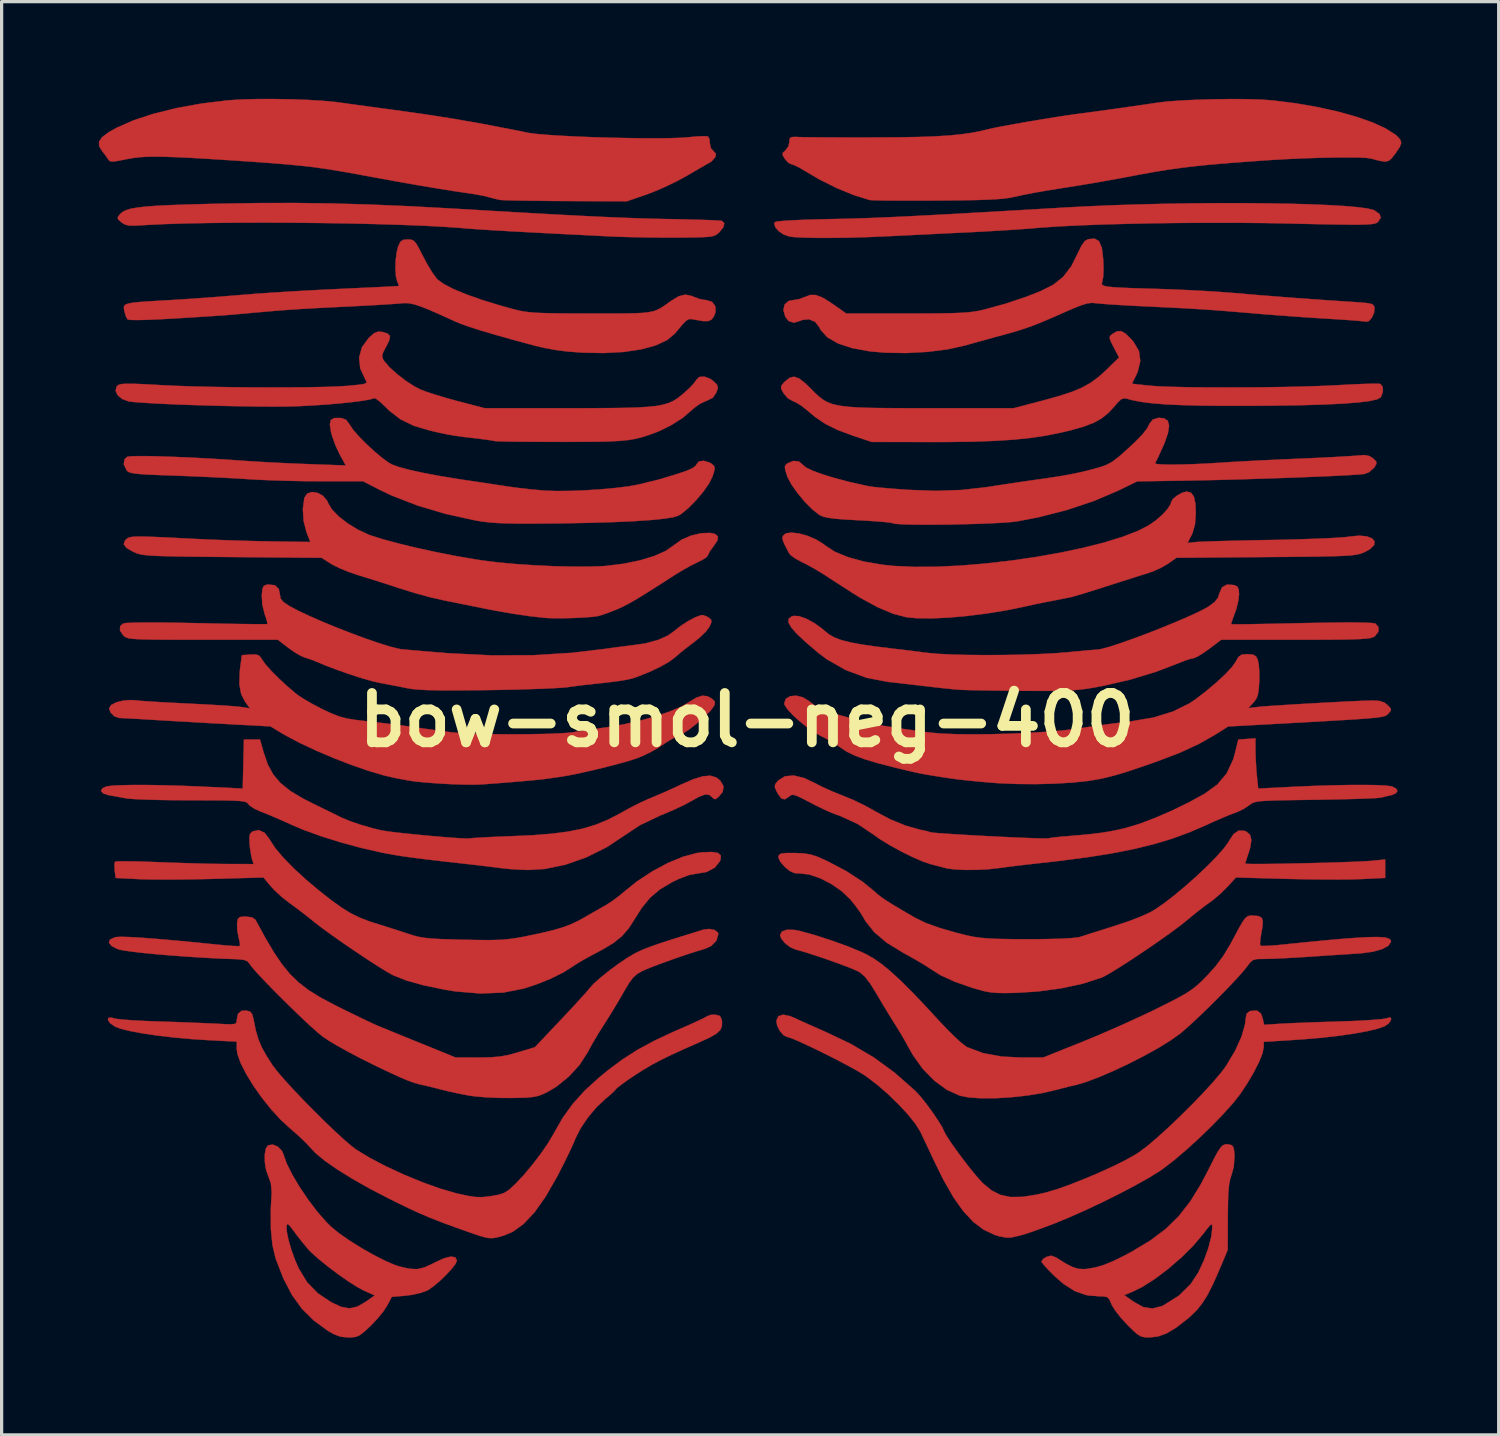
<source format=kicad_pcb>
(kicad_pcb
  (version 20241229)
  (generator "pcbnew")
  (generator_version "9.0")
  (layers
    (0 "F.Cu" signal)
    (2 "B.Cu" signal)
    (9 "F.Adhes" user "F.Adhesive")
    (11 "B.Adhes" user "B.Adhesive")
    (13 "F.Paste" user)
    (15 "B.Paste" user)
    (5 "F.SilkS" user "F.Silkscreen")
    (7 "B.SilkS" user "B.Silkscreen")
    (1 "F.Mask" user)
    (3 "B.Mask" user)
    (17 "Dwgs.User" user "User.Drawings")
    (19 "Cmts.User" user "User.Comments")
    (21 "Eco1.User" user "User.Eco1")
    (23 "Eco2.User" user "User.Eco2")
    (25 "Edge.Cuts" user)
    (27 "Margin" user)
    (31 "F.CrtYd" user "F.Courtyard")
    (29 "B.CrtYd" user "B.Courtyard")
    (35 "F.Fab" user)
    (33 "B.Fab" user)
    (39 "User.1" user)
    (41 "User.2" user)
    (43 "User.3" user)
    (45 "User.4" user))
  (footprint "bow-smol-neg-400"
    (layer "F.Cu")
    (at 20.001 19.164)
    (property "Reference" "bow-smol-neg-400" (at 0 0 0) (layer "F.SilkS") (effects (font (size 1.524 1.524) (thickness 0.3))))
    (attr through_hole)
    (fp_poly (pts (xy -12.817 -15.937) (xy -11.656 -15.904) (xy -10.438 -15.853) (xy -9.128 -15.782) (xy -9.112 -15.781) (xy -8.118 -15.722) (xy -7.239 -15.671) (xy -6.464 -15.627) (xy -5.779 -15.589) (xy -5.175 -15.558) (xy -4.638 -15.531) (xy -4.157 -15.51) (xy -3.721 -15.492) (xy -3.317 -15.478) (xy -2.934 -15.467) (xy -2.56 -15.458) (xy -2.381 -15.455) (xy -1.951 -15.446) (xy -1.561 -15.436) (xy -1.23 -15.426) (xy -0.977 -15.415) (xy -0.82 -15.405) (xy -0.778 -15.399) (xy -0.704 -15.324) (xy -0.735 -15.199) (xy -0.862 -15.045) (xy -0.924 -14.991) (xy -0.991 -14.951) (xy -1.083 -14.923) (xy -1.218 -14.905) (xy -1.417 -14.894) (xy -1.7 -14.888) (xy -2.086 -14.884) (xy -2.18 -14.884) (xy -2.636 -14.884) (xy -3.13 -14.889) (xy -3.614 -14.899) (xy -4.041 -14.912) (xy -4.223 -14.92) (xy -5.043 -14.962) (xy -5.748 -14.997) (xy -6.35 -15.028) (xy -6.859 -15.055) (xy -7.288 -15.078) (xy -7.648 -15.099) (xy -7.951 -15.117) (xy -8.208 -15.133) (xy -8.431 -15.149) (xy -8.632 -15.164) (xy -8.795 -15.178) (xy -9.322 -15.215) (xy -9.955 -15.249) (xy -10.676 -15.277) (xy -11.466 -15.301) (xy -12.304 -15.32) (xy -13.173 -15.334) (xy -14.053 -15.343) (xy -14.926 -15.346) (xy -15.772 -15.343) (xy -16.572 -15.335) (xy -17.308 -15.321) (xy -17.96 -15.301) (xy -18.509 -15.274) (xy -18.64 -15.266) (xy -18.906 -15.252) (xy -19.08 -15.257) (xy -19.197 -15.287) (xy -19.292 -15.345) (xy -19.307 -15.356) (xy -19.409 -15.449) (xy -19.419 -15.516) (xy -19.345 -15.611) (xy -19.344 -15.612) (xy -19.271 -15.675) (xy -19.169 -15.727) (xy -19.026 -15.772) (xy -18.83 -15.808) (xy -18.57 -15.839) (xy -18.234 -15.864) (xy -17.812 -15.885) (xy -17.291 -15.904) (xy -16.661 -15.921) (xy -16.288 -15.93) (xy -15.099 -15.949) (xy -13.953 -15.952) (xy -12.817 -15.937)) (stroke (width 0.01) (type solid)) (fill yes) (layer "F.Cu"))
    (fp_poly (pts (xy 15.313 -15.947) (xy 16.051 -15.94) (xy 16.744 -15.928) (xy 17.381 -15.91) (xy 17.95 -15.886) (xy 18.441 -15.857) (xy 18.841 -15.822) (xy 19.14 -15.782) (xy 19.325 -15.736) (xy 19.352 -15.724) (xy 19.512 -15.611) (xy 19.549 -15.495) (xy 19.463 -15.368) (xy 19.447 -15.353) (xy 19.408 -15.329) (xy 19.343 -15.311) (xy 19.24 -15.297) (xy 19.089 -15.287) (xy 18.878 -15.283) (xy 18.594 -15.283) (xy 18.226 -15.287) (xy 17.762 -15.295) (xy 17.191 -15.307) (xy 16.732 -15.318) (xy 15.942 -15.333) (xy 15.109 -15.34) (xy 14.25 -15.341) (xy 13.383 -15.336) (xy 12.528 -15.325) (xy 11.702 -15.308) (xy 10.924 -15.286) (xy 10.211 -15.259) (xy 9.581 -15.227) (xy 9.054 -15.191) (xy 8.89 -15.177) (xy 8.621 -15.155) (xy 8.256 -15.129) (xy 7.826 -15.102) (xy 7.362 -15.075) (xy 6.895 -15.05) (xy 6.795 -15.045) (xy 6.289 -15.021) (xy 5.74 -14.994) (xy 5.191 -14.967) (xy 4.684 -14.942) (xy 4.26 -14.922) (xy 4.255 -14.921) (xy 3.694 -14.898) (xy 3.145 -14.882) (xy 2.626 -14.875) (xy 2.158 -14.875) (xy 1.763 -14.883) (xy 1.458 -14.899) (xy 1.308 -14.916) (xy 1.133 -14.975) (xy 0.978 -15.079) (xy 0.87 -15.2) (xy 0.836 -15.314) (xy 0.861 -15.364) (xy 0.939 -15.382) (xy 1.126 -15.401) (xy 1.405 -15.418) (xy 1.757 -15.433) (xy 2.165 -15.446) (xy 2.477 -15.453) (xy 2.813 -15.46) (xy 3.146 -15.468) (xy 3.486 -15.478) (xy 3.843 -15.49) (xy 4.228 -15.506) (xy 4.653 -15.525) (xy 5.127 -15.548) (xy 5.661 -15.576) (xy 6.267 -15.608) (xy 6.954 -15.647) (xy 7.734 -15.691) (xy 8.617 -15.742) (xy 9.613 -15.8) (xy 9.842 -15.814) (xy 10.577 -15.852) (xy 11.347 -15.884) (xy 12.139 -15.909) (xy 12.943 -15.928) (xy 13.748 -15.941) (xy 14.542 -15.947) (xy 15.313 -15.947)) (stroke (width 0.01) (type solid)) (fill yes) (layer "F.Cu"))
    (fp_poly (pts (xy -14.482 13.16) (xy -14.355 13.288) (xy -14.308 13.394) (xy -14.207 13.679) (xy -14.034 14.027) (xy -13.807 14.409) (xy -13.544 14.798) (xy -13.264 15.167) (xy -12.983 15.489) (xy -12.832 15.638) (xy -12.586 15.839) (xy -12.265 16.062) (xy -11.901 16.29) (xy -11.524 16.504) (xy -11.166 16.686) (xy -10.859 16.818) (xy -10.716 16.864) (xy -10.416 16.931) (xy -10.181 16.942) (xy -9.958 16.891) (xy -9.697 16.771) (xy -9.631 16.736) (xy -9.352 16.607) (xy -9.139 16.554) (xy -9.002 16.578) (xy -8.954 16.68) (xy -8.954 16.68) (xy -8.999 16.782) (xy -9.119 16.937) (xy -9.289 17.121) (xy -9.482 17.307) (xy -9.675 17.47) (xy -9.841 17.586) (xy -9.864 17.598) (xy -10.064 17.673) (xy -10.329 17.733) (xy -10.535 17.761) (xy -10.963 17.797) (xy -11.109 18.071) (xy -11.229 18.253) (xy -11.408 18.472) (xy -11.609 18.684) (xy -11.623 18.698) (xy -11.815 18.875) (xy -11.953 18.98) (xy -12.075 19.032) (xy -12.215 19.049) (xy -12.301 19.05) (xy -12.535 19.028) (xy -12.752 18.949) (xy -12.935 18.844) (xy -13.37 18.527) (xy -13.733 18.167) (xy -14.04 17.743) (xy -14.305 17.235) (xy -14.544 16.621) (xy -14.549 16.605) (xy -14.645 16.204) (xy -14.694 15.698) (xy -14.694 15.606) (xy -14.212 15.606) (xy -14.204 15.777) (xy -14.153 16.028) (xy -14.068 16.325) (xy -13.959 16.634) (xy -13.835 16.92) (xy -13.831 16.927) (xy -13.574 17.349) (xy -13.244 17.688) (xy -12.827 17.966) (xy -12.523 18.107) (xy -12.269 18.152) (xy -12.032 18.102) (xy -11.779 17.957) (xy -11.489 17.752) (xy -11.811 17.61) (xy -12.032 17.492) (xy -12.315 17.311) (xy -12.631 17.09) (xy -12.947 16.851) (xy -13.234 16.618) (xy -13.461 16.413) (xy -13.532 16.339) (xy -13.698 16.142) (xy -13.881 15.909) (xy -13.971 15.788) (xy -14.095 15.623) (xy -14.168 15.554) (xy -14.203 15.571) (xy -14.212 15.606) (xy -14.694 15.606) (xy -14.696 15.082) (xy -14.669 14.571) (xy -14.695 14.288) (xy -14.765 14.095) (xy -14.84 13.886) (xy -14.88 13.645) (xy -14.883 13.411) (xy -14.849 13.223) (xy -14.784 13.124) (xy -14.64 13.098) (xy -14.482 13.16)) (stroke (width 0.01) (type solid)) (fill yes) (layer "F.Cu"))
    (fp_poly (pts (xy 14.842 13.092) (xy 14.854 13.094) (xy 14.953 13.118) (xy 15.005 13.184) (xy 15.03 13.327) (xy 15.038 13.427) (xy 15.015 13.777) (xy 14.946 14.03) (xy 14.9 14.173) (xy 14.868 14.347) (xy 14.847 14.575) (xy 14.836 14.88) (xy 14.831 15.286) (xy 14.831 15.335) (xy 14.827 16.351) (xy 14.569 16.961) (xy 14.38 17.39) (xy 14.213 17.722) (xy 14.051 17.983) (xy 13.879 18.2) (xy 13.679 18.396) (xy 13.582 18.479) (xy 13.237 18.746) (xy 12.944 18.922) (xy 12.678 19.019) (xy 12.415 19.05) (xy 12.409 19.05) (xy 12.262 19.044) (xy 12.146 19.015) (xy 12.03 18.944) (xy 11.884 18.813) (xy 11.714 18.643) (xy 11.522 18.431) (xy 11.358 18.221) (xy 11.251 18.05) (xy 11.233 18.008) (xy 11.174 17.869) (xy 11.1 17.802) (xy 10.967 17.781) (xy 10.853 17.78) (xy 10.474 17.743) (xy 11.636 17.743) (xy 11.93 17.952) (xy 12.226 18.114) (xy 12.506 18.157) (xy 12.791 18.085) (xy 12.846 18.058) (xy 13.318 17.762) (xy 13.686 17.4) (xy 13.925 17.034) (xy 14.094 16.669) (xy 14.23 16.292) (xy 14.319 15.942) (xy 14.351 15.665) (xy 14.346 15.579) (xy 14.321 15.558) (xy 14.26 15.612) (xy 14.147 15.753) (xy 14.063 15.864) (xy 13.765 16.217) (xy 13.401 16.579) (xy 12.999 16.927) (xy 12.588 17.238) (xy 12.198 17.487) (xy 11.912 17.629) (xy 11.636 17.743) (xy 10.474 17.743) (xy 10.462 17.742) (xy 10.109 17.62) (xy 9.764 17.401) (xy 9.503 17.174) (xy 9.317 16.99) (xy 9.173 16.834) (xy 9.091 16.729) (xy 9.081 16.703) (xy 9.132 16.629) (xy 9.237 16.563) (xy 9.383 16.526) (xy 9.525 16.579) (xy 9.55 16.595) (xy 9.832 16.771) (xy 10.046 16.88) (xy 10.223 16.933) (xy 10.396 16.942) (xy 10.477 16.935) (xy 10.746 16.889) (xy 11.015 16.81) (xy 11.314 16.686) (xy 11.672 16.507) (xy 11.902 16.382) (xy 12.452 16.05) (xy 12.914 15.702) (xy 13.31 15.315) (xy 13.662 14.867) (xy 13.993 14.332) (xy 14.228 13.883) (xy 14.389 13.562) (xy 14.509 13.34) (xy 14.601 13.199) (xy 14.678 13.121) (xy 14.754 13.092) (xy 14.842 13.092)) (stroke (width 0.01) (type solid)) (fill yes) (layer "F.Cu"))
    (fp_poly (pts (xy -14.075 -19.151) (xy -13.551 -19.132) (xy -13.078 -19.103) (xy -12.689 -19.066) (xy -12.605 -19.055) (xy -12.42 -19.029) (xy -12.137 -18.99) (xy -11.783 -18.942) (xy -11.387 -18.888) (xy -10.986 -18.834) (xy -9.991 -18.695) (xy -9.068 -18.551) (xy -8.165 -18.393) (xy -7.226 -18.212) (xy -6.763 -18.118) (xy -6.55 -18.087) (xy -6.231 -18.058) (xy -5.827 -18.031) (xy -5.358 -18.006) (xy -4.847 -17.985) (xy -4.312 -17.968) (xy -3.776 -17.956) (xy -3.259 -17.949) (xy -2.782 -17.947) (xy -2.366 -17.952) (xy -2.032 -17.963) (xy -1.827 -17.979) (xy -1.57 -18.003) (xy -1.359 -18.013) (xy -1.227 -18.008) (xy -1.204 -18.001) (xy -1.158 -17.912) (xy -1.155 -17.808) (xy -1.118 -17.641) (xy -1.048 -17.564) (xy -0.962 -17.471) (xy -0.982 -17.37) (xy -0.988 -17.359) (xy -1.089 -17.243) (xy -1.147 -17.203) (xy -1.237 -17.153) (xy -1.409 -17.054) (xy -1.639 -16.921) (xy -1.856 -16.794) (xy -2.191 -16.612) (xy -2.572 -16.43) (xy -2.938 -16.275) (xy -3.094 -16.217) (xy -3.715 -16.003) (xy -5.588 -16.011) (xy -6.071 -16.014) (xy -6.518 -16.019) (xy -6.913 -16.024) (xy -7.237 -16.03) (xy -7.474 -16.037) (xy -7.606 -16.044) (xy -7.62 -16.046) (xy -7.801 -16.086) (xy -7.97 -16.132) (xy -8.131 -16.172) (xy -8.366 -16.216) (xy -8.605 -16.253) (xy -9.037 -16.316) (xy -9.571 -16.402) (xy -10.185 -16.505) (xy -10.855 -16.623) (xy -11.56 -16.752) (xy -11.811 -16.798) (xy -12.261 -16.881) (xy -12.659 -16.95) (xy -13.028 -17.008) (xy -13.388 -17.058) (xy -13.764 -17.101) (xy -14.175 -17.14) (xy -14.645 -17.179) (xy -15.197 -17.219) (xy -15.851 -17.263) (xy -15.907 -17.267) (xy -16.581 -17.31) (xy -17.144 -17.343) (xy -17.608 -17.365) (xy -17.99 -17.378) (xy -18.302 -17.382) (xy -18.56 -17.376) (xy -18.778 -17.36) (xy -18.97 -17.336) (xy -19.145 -17.303) (xy -19.397 -17.253) (xy -19.553 -17.23) (xy -19.642 -17.236) (xy -19.693 -17.269) (xy -19.716 -17.303) (xy -19.807 -17.434) (xy -19.894 -17.544) (xy -19.992 -17.7) (xy -19.996 -17.843) (xy -19.9 -17.983) (xy -19.695 -18.136) (xy -19.451 -18.273) (xy -18.934 -18.501) (xy -18.314 -18.704) (xy -17.612 -18.878) (xy -16.85 -19.017) (xy -16.049 -19.116) (xy -16.013 -19.119) (xy -15.619 -19.144) (xy -15.143 -19.158) (xy -14.617 -19.159) (xy -14.075 -19.151)) (stroke (width 0.01) (type solid)) (fill yes) (layer "F.Cu"))
    (fp_poly (pts (xy 15.428 -19.155) (xy 15.855 -19.142) (xy 16.192 -19.119) (xy 16.192 -19.119) (xy 16.901 -19.031) (xy 17.58 -18.914) (xy 18.215 -18.774) (xy 18.79 -18.614) (xy 19.289 -18.439) (xy 19.696 -18.253) (xy 19.996 -18.062) (xy 20.05 -18.016) (xy 20.151 -17.907) (xy 20.181 -17.806) (xy 20.136 -17.681) (xy 20.013 -17.496) (xy 19.993 -17.469) (xy 19.886 -17.331) (xy 19.794 -17.253) (xy 19.683 -17.228) (xy 19.52 -17.251) (xy 19.272 -17.315) (xy 19.241 -17.324) (xy 19.098 -17.343) (xy 18.848 -17.354) (xy 18.51 -17.357) (xy 18.105 -17.354) (xy 17.651 -17.345) (xy 17.168 -17.329) (xy 16.676 -17.307) (xy 16.194 -17.279) (xy 16.097 -17.273) (xy 15.387 -17.223) (xy 14.782 -17.177) (xy 14.26 -17.132) (xy 13.801 -17.085) (xy 13.383 -17.035) (xy 12.983 -16.979) (xy 12.581 -16.914) (xy 12.156 -16.837) (xy 11.938 -16.796) (xy 11.378 -16.691) (xy 10.858 -16.598) (xy 10.327 -16.508) (xy 9.734 -16.413) (xy 9.557 -16.385) (xy 9.192 -16.326) (xy 8.831 -16.262) (xy 8.514 -16.2) (xy 8.279 -16.149) (xy 8.255 -16.144) (xy 8.106 -16.112) (xy 7.923 -16.087) (xy 7.692 -16.068) (xy 7.398 -16.053) (xy 7.025 -16.041) (xy 6.557 -16.033) (xy 5.981 -16.027) (xy 5.874 -16.027) (xy 5.381 -16.024) (xy 4.925 -16.024) (xy 4.523 -16.025) (xy 4.191 -16.029) (xy 3.945 -16.034) (xy 3.803 -16.041) (xy 3.778 -16.044) (xy 3.288 -16.196) (xy 2.752 -16.417) (xy 2.213 -16.687) (xy 1.812 -16.924) (xy 1.618 -17.039) (xy 1.456 -17.119) (xy 1.37 -17.145) (xy 1.269 -17.194) (xy 1.164 -17.311) (xy 1.094 -17.432) (xy 1.101 -17.502) (xy 1.178 -17.568) (xy 1.275 -17.702) (xy 1.302 -17.831) (xy 1.311 -17.936) (xy 1.361 -17.983) (xy 1.486 -17.991) (xy 1.587 -17.986) (xy 1.72 -17.982) (xy 1.962 -17.979) (xy 2.296 -17.976) (xy 2.703 -17.974) (xy 3.166 -17.973) (xy 3.667 -17.973) (xy 3.937 -17.974) (xy 4.657 -17.978) (xy 5.267 -17.988) (xy 5.783 -18.007) (xy 6.221 -18.033) (xy 6.598 -18.07) (xy 6.93 -18.117) (xy 7.233 -18.177) (xy 7.429 -18.225) (xy 7.615 -18.267) (xy 7.9 -18.323) (xy 8.258 -18.388) (xy 8.661 -18.459) (xy 9.084 -18.53) (xy 9.499 -18.597) (xy 9.881 -18.656) (xy 10.203 -18.701) (xy 10.223 -18.704) (xy 10.693 -18.766) (xy 11.245 -18.842) (xy 11.833 -18.925) (xy 12.414 -19.01) (xy 12.7 -19.052) (xy 13.019 -19.087) (xy 13.433 -19.116) (xy 13.913 -19.138) (xy 14.426 -19.152) (xy 14.941 -19.158) (xy 15.428 -19.155)) (stroke (width 0.01) (type solid)) (fill yes) (layer "F.Cu"))
    (fp_poly (pts (xy 11.674 -11.923) (xy 11.847 -11.751) (xy 11.922 -11.666) (xy 12.087 -11.386) (xy 12.13 -11.076) (xy 12.05 -10.741) (xy 12.002 -10.636) (xy 11.925 -10.484) (xy 11.88 -10.391) (xy 11.874 -10.378) (xy 11.933 -10.368) (xy 12.09 -10.35) (xy 12.319 -10.326) (xy 12.462 -10.312) (xy 12.737 -10.293) (xy 13.12 -10.279) (xy 13.589 -10.268) (xy 14.127 -10.262) (xy 14.712 -10.26) (xy 15.326 -10.261) (xy 15.947 -10.266) (xy 16.557 -10.275) (xy 17.136 -10.288) (xy 17.664 -10.305) (xy 18.121 -10.325) (xy 18.25 -10.332) (xy 18.631 -10.352) (xy 18.972 -10.367) (xy 19.25 -10.376) (xy 19.445 -10.377) (xy 19.535 -10.37) (xy 19.536 -10.37) (xy 19.606 -10.284) (xy 19.615 -10.138) (xy 19.563 -9.984) (xy 19.542 -9.952) (xy 19.435 -9.893) (xy 19.207 -9.842) (xy 18.857 -9.798) (xy 18.385 -9.762) (xy 17.79 -9.733) (xy 17.07 -9.712) (xy 16.226 -9.699) (xy 15.462 -9.693) (xy 14.652 -9.693) (xy 13.958 -9.701) (xy 13.37 -9.717) (xy 12.877 -9.741) (xy 12.468 -9.775) (xy 12.132 -9.819) (xy 11.86 -9.874) (xy 11.735 -9.908) (xy 11.627 -9.927) (xy 11.535 -9.892) (xy 11.423 -9.785) (xy 11.339 -9.684) (xy 11.147 -9.476) (xy 10.94 -9.308) (xy 10.693 -9.171) (xy 10.382 -9.052) (xy 9.984 -8.939) (xy 9.684 -8.868) (xy 9.234 -8.777) (xy 8.755 -8.705) (xy 8.227 -8.65) (xy 7.635 -8.612) (xy 6.961 -8.587) (xy 6.186 -8.577) (xy 5.736 -8.576) (xy 3.842 -8.579) (xy 3.229 -8.785) (xy 2.784 -8.952) (xy 2.422 -9.131) (xy 2.101 -9.346) (xy 1.841 -9.564) (xy 1.663 -9.705) (xy 1.488 -9.808) (xy 1.417 -9.836) (xy 1.258 -9.926) (xy 1.124 -10.082) (xy 1.123 -10.083) (xy 1.051 -10.22) (xy 1.05 -10.307) (xy 1.127 -10.404) (xy 1.167 -10.444) (xy 1.312 -10.559) (xy 1.451 -10.592) (xy 1.606 -10.536) (xy 1.798 -10.386) (xy 1.954 -10.234) (xy 2.093 -10.093) (xy 2.22 -9.976) (xy 2.346 -9.88) (xy 2.484 -9.803) (xy 2.647 -9.743) (xy 2.848 -9.698) (xy 3.099 -9.665) (xy 3.413 -9.643) (xy 3.802 -9.63) (xy 4.28 -9.623) (xy 4.857 -9.621) (xy 5.548 -9.62) (xy 8.223 -9.62) (xy 9.13 -9.858) (xy 9.623 -9.995) (xy 10.015 -10.123) (xy 10.332 -10.255) (xy 10.598 -10.404) (xy 10.838 -10.58) (xy 11.077 -10.796) (xy 11.087 -10.806) (xy 11.475 -11.185) (xy 11.309 -11.501) (xy 11.218 -11.682) (xy 11.182 -11.787) (xy 11.199 -11.85) (xy 11.265 -11.908) (xy 11.268 -11.909) (xy 11.409 -11.992) (xy 11.537 -12) (xy 11.674 -11.923)) (stroke (width 0.01) (type solid)) (fill yes) (layer "F.Cu"))
    (fp_poly (pts (xy -12.542 -9.319) (xy -12.376 -9.266) (xy -12.266 -9.119) (xy -12.262 -9.112) (xy -12.159 -8.957) (xy -11.98 -8.752) (xy -11.754 -8.522) (xy -11.506 -8.293) (xy -11.264 -8.089) (xy -11.055 -7.938) (xy -10.958 -7.883) (xy -10.739 -7.803) (xy -10.407 -7.715) (xy -9.978 -7.621) (xy -9.464 -7.525) (xy -8.881 -7.43) (xy -8.668 -7.398) (xy -8.303 -7.344) (xy -7.909 -7.285) (xy -7.548 -7.229) (xy -7.398 -7.206) (xy -7.051 -7.159) (xy -6.654 -7.114) (xy -6.282 -7.081) (xy -6.223 -7.076) (xy -5.864 -7.065) (xy -5.434 -7.069) (xy -4.966 -7.089) (xy -4.49 -7.12) (xy -4.039 -7.162) (xy -3.646 -7.211) (xy -3.341 -7.267) (xy -3.295 -7.278) (xy -3.078 -7.333) (xy -2.907 -7.374) (xy -2.826 -7.393) (xy -2.741 -7.415) (xy -2.565 -7.467) (xy -2.328 -7.538) (xy -2.18 -7.584) (xy -1.877 -7.685) (xy -1.684 -7.77) (xy -1.585 -7.846) (xy -1.567 -7.882) (xy -1.487 -7.976) (xy -1.34 -7.998) (xy -1.165 -7.946) (xy -1.102 -7.908) (xy -1.025 -7.844) (xy -1 -7.773) (xy -1.024 -7.651) (xy -1.066 -7.518) (xy -1.171 -7.306) (xy -1.348 -7.051) (xy -1.569 -6.787) (xy -1.804 -6.547) (xy -2.023 -6.365) (xy -2.12 -6.306) (xy -2.286 -6.255) (xy -2.573 -6.209) (xy -2.978 -6.169) (xy -3.494 -6.134) (xy -4.117 -6.106) (xy -4.842 -6.084) (xy -5.663 -6.068) (xy -6.032 -6.064) (xy -6.593 -6.06) (xy -7.046 -6.06) (xy -7.411 -6.066) (xy -7.709 -6.078) (xy -7.959 -6.097) (xy -8.18 -6.124) (xy -8.382 -6.157) (xy -9.303 -6.359) (xy -10.17 -6.617) (xy -10.955 -6.921) (xy -11.369 -7.118) (xy -11.847 -7.366) (xy -13.147 -7.366) (xy -13.621 -7.369) (xy -14.127 -7.379) (xy -14.623 -7.393) (xy -15.068 -7.412) (xy -15.367 -7.429) (xy -15.727 -7.452) (xy -16.176 -7.476) (xy -16.674 -7.5) (xy -17.185 -7.522) (xy -17.668 -7.541) (xy -17.674 -7.541) (xy -18.131 -7.557) (xy -18.478 -7.572) (xy -18.731 -7.588) (xy -18.907 -7.607) (xy -19.022 -7.629) (xy -19.094 -7.659) (xy -19.138 -7.696) (xy -19.15 -7.712) (xy -19.232 -7.89) (xy -19.211 -8.042) (xy -19.129 -8.119) (xy -19.031 -8.135) (xy -18.821 -8.142) (xy -18.517 -8.142) (xy -18.134 -8.134) (xy -17.688 -8.119) (xy -17.195 -8.098) (xy -16.671 -8.071) (xy -16.132 -8.039) (xy -15.594 -8.002) (xy -15.557 -7.999) (xy -15.19 -7.975) (xy -14.741 -7.949) (xy -14.255 -7.925) (xy -13.778 -7.904) (xy -13.541 -7.895) (xy -12.383 -7.854) (xy -12.571 -8.197) (xy -12.693 -8.454) (xy -12.796 -8.734) (xy -12.837 -8.879) (xy -12.874 -9.116) (xy -12.845 -9.256) (xy -12.739 -9.317) (xy -12.542 -9.319) (xy -12.542 -9.319)) (stroke (width 0.01) (type solid)) (fill yes) (layer "F.Cu"))
    (fp_poly (pts (xy 13.697 -7.011) (xy 13.784 -6.891) (xy 13.831 -6.673) (xy 13.843 -6.383) (xy 13.818 -6.035) (xy 13.739 -5.764) (xy 13.715 -5.714) (xy 13.588 -5.463) (xy 13.858 -5.492) (xy 13.987 -5.5) (xy 14.226 -5.509) (xy 14.556 -5.52) (xy 14.96 -5.53) (xy 15.42 -5.541) (xy 15.918 -5.551) (xy 16.172 -5.555) (xy 16.687 -5.566) (xy 17.178 -5.58) (xy 17.625 -5.596) (xy 18.009 -5.613) (xy 18.313 -5.631) (xy 18.517 -5.649) (xy 18.572 -5.657) (xy 18.875 -5.688) (xy 19.114 -5.667) (xy 19.28 -5.604) (xy 19.36 -5.511) (xy 19.343 -5.397) (xy 19.218 -5.273) (xy 19.066 -5.188) (xy 18.989 -5.155) (xy 18.91 -5.127) (xy 18.816 -5.105) (xy 18.695 -5.087) (xy 18.534 -5.072) (xy 18.32 -5.061) (xy 18.043 -5.052) (xy 17.688 -5.045) (xy 17.244 -5.039) (xy 16.699 -5.033) (xy 16.04 -5.028) (xy 16.004 -5.027) (xy 13.244 -5.005) (xy 12.988 -4.824) (xy 12.772 -4.698) (xy 12.511 -4.582) (xy 12.383 -4.537) (xy 12.197 -4.48) (xy 11.922 -4.393) (xy 11.59 -4.287) (xy 11.232 -4.173) (xy 11.081 -4.124) (xy 10.741 -4.016) (xy 10.434 -3.921) (xy 10.184 -3.845) (xy 10.016 -3.797) (xy 9.97 -3.786) (xy 9.817 -3.756) (xy 9.599 -3.713) (xy 9.461 -3.686) (xy 9.188 -3.633) (xy 8.991 -3.593) (xy 8.824 -3.558) (xy 8.64 -3.517) (xy 8.572 -3.501) (xy 7.995 -3.384) (xy 7.392 -3.286) (xy 6.79 -3.211) (xy 6.214 -3.159) (xy 5.688 -3.135) (xy 5.236 -3.14) (xy 4.916 -3.17) (xy 4.5 -3.28) (xy 4.019 -3.483) (xy 3.488 -3.773) (xy 3.239 -3.928) (xy 2.959 -4.108) (xy 2.673 -4.293) (xy 2.428 -4.452) (xy 2.348 -4.504) (xy 2.1 -4.654) (xy 1.835 -4.801) (xy 1.678 -4.878) (xy 1.489 -4.981) (xy 1.346 -5.084) (xy 1.299 -5.137) (xy 1.178 -5.366) (xy 1.111 -5.514) (xy 1.089 -5.608) (xy 1.1 -5.678) (xy 1.101 -5.679) (xy 1.194 -5.759) (xy 1.369 -5.782) (xy 1.6 -5.755) (xy 1.859 -5.684) (xy 2.117 -5.575) (xy 2.347 -5.434) (xy 2.406 -5.387) (xy 2.705 -5.192) (xy 3.111 -5.025) (xy 3.604 -4.889) (xy 4.164 -4.792) (xy 4.54 -4.753) (xy 5.173 -4.724) (xy 5.868 -4.73) (xy 6.608 -4.766) (xy 7.375 -4.83) (xy 8.153 -4.92) (xy 8.924 -5.032) (xy 9.67 -5.164) (xy 10.375 -5.314) (xy 11.02 -5.477) (xy 11.588 -5.653) (xy 12.062 -5.837) (xy 12.389 -6.005) (xy 12.614 -6.162) (xy 12.819 -6.343) (xy 12.979 -6.522) (xy 13.07 -6.67) (xy 13.081 -6.722) (xy 13.133 -6.817) (xy 13.261 -6.923) (xy 13.418 -7.011) (xy 13.559 -7.048) (xy 13.564 -7.048) (xy 13.697 -7.011)) (stroke (width 0.01) (type solid)) (fill yes) (layer "F.Cu"))
    (fp_poly (pts (xy 10.855 -14.774) (xy 10.936 -14.589) (xy 10.955 -14.492) (xy 10.987 -14.198) (xy 10.997 -13.908) (xy 10.985 -13.663) (xy 10.954 -13.512) (xy 10.941 -13.464) (xy 10.955 -13.426) (xy 11.008 -13.396) (xy 11.116 -13.372) (xy 11.289 -13.354) (xy 11.544 -13.338) (xy 11.891 -13.324) (xy 12.346 -13.31) (xy 12.605 -13.303) (xy 13.095 -13.286) (xy 13.618 -13.263) (xy 14.134 -13.236) (xy 14.602 -13.206) (xy 14.984 -13.177) (xy 14.986 -13.177) (xy 15.867 -13.102) (xy 16.815 -13.028) (xy 17.768 -12.959) (xy 18.605 -12.904) (xy 18.919 -12.883) (xy 19.128 -12.864) (xy 19.255 -12.839) (xy 19.321 -12.804) (xy 19.349 -12.754) (xy 19.357 -12.712) (xy 19.342 -12.564) (xy 19.276 -12.416) (xy 19.185 -12.31) (xy 19.097 -12.288) (xy 19.01 -12.301) (xy 18.819 -12.319) (xy 18.546 -12.34) (xy 18.214 -12.362) (xy 17.939 -12.379) (xy 17.486 -12.407) (xy 16.959 -12.443) (xy 16.412 -12.483) (xy 15.898 -12.523) (xy 15.684 -12.541) (xy 15.172 -12.584) (xy 14.749 -12.619) (xy 14.385 -12.647) (xy 14.049 -12.67) (xy 13.711 -12.691) (xy 13.339 -12.711) (xy 12.904 -12.732) (xy 12.374 -12.758) (xy 12.349 -12.759) (xy 11.933 -12.779) (xy 11.544 -12.801) (xy 11.208 -12.822) (xy 10.945 -12.842) (xy 10.782 -12.857) (xy 10.761 -12.86) (xy 10.63 -12.87) (xy 10.488 -12.852) (xy 10.308 -12.797) (xy 10.061 -12.698) (xy 9.842 -12.603) (xy 9.425 -12.419) (xy 9.092 -12.277) (xy 8.812 -12.166) (xy 8.556 -12.075) (xy 8.293 -11.993) (xy 7.992 -11.907) (xy 7.885 -11.878) (xy 7.544 -11.785) (xy 7.189 -11.687) (xy 6.872 -11.598) (xy 6.734 -11.558) (xy 6.19 -11.437) (xy 5.567 -11.358) (xy 4.908 -11.322) (xy 4.255 -11.333) (xy 3.778 -11.375) (xy 3.239 -11.474) (xy 2.805 -11.617) (xy 2.48 -11.804) (xy 2.271 -12.032) (xy 2.226 -12.121) (xy 2.096 -12.286) (xy 1.906 -12.365) (xy 1.699 -12.342) (xy 1.659 -12.323) (xy 1.448 -12.257) (xy 1.281 -12.309) (xy 1.176 -12.443) (xy 1.118 -12.65) (xy 1.158 -12.822) (xy 1.283 -12.93) (xy 1.41 -12.954) (xy 1.6 -12.984) (xy 1.788 -13.054) (xy 1.952 -13.115) (xy 2.118 -13.112) (xy 2.312 -13.04) (xy 2.56 -12.89) (xy 2.679 -12.808) (xy 3.058 -12.541) (xy 4.942 -12.541) (xy 5.503 -12.542) (xy 5.955 -12.546) (xy 6.314 -12.552) (xy 6.598 -12.563) (xy 6.823 -12.579) (xy 7.009 -12.601) (xy 7.171 -12.63) (xy 7.303 -12.66) (xy 7.982 -12.846) (xy 8.615 -13.059) (xy 9.041 -13.226) (xy 9.442 -13.426) (xy 9.752 -13.674) (xy 9.999 -13.996) (xy 10.195 -14.386) (xy 10.316 -14.636) (xy 10.422 -14.78) (xy 10.515 -14.834) (xy 10.719 -14.852) (xy 10.855 -14.774)) (stroke (width 0.01) (type solid)) (fill yes) (layer "F.Cu"))
    (fp_poly (pts (xy -13.253 -7.009) (xy -13.087 -6.918) (xy -12.96 -6.767) (xy -12.929 -6.696) (xy -12.812 -6.498) (xy -12.601 -6.28) (xy -12.322 -6.064) (xy -12.003 -5.869) (xy -11.671 -5.716) (xy -11.62 -5.697) (xy -11.233 -5.575) (xy -10.748 -5.444) (xy -10.194 -5.31) (xy -9.598 -5.18) (xy -8.99 -5.061) (xy -8.397 -4.958) (xy -8.16 -4.922) (xy -7.69 -4.863) (xy -7.147 -4.813) (xy -6.564 -4.774) (xy -5.971 -4.746) (xy -5.4 -4.732) (xy -4.883 -4.732) (xy -4.452 -4.747) (xy -4.35 -4.755) (xy -3.807 -4.822) (xy -3.306 -4.926) (xy -2.867 -5.059) (xy -2.512 -5.216) (xy -2.262 -5.391) (xy -2.255 -5.397) (xy -2.023 -5.562) (xy -1.733 -5.688) (xy -1.425 -5.762) (xy -1.143 -5.773) (xy -0.989 -5.74) (xy -0.9 -5.662) (xy -0.92 -5.532) (xy -1.048 -5.346) (xy -1.048 -5.346) (xy -1.151 -5.206) (xy -1.204 -5.098) (xy -1.206 -5.083) (xy -1.26 -5.018) (xy -1.397 -4.932) (xy -1.508 -4.878) (xy -1.718 -4.775) (xy -1.976 -4.631) (xy -2.223 -4.481) (xy -2.664 -4.197) (xy -3.016 -3.974) (xy -3.294 -3.801) (xy -3.513 -3.67) (xy -3.69 -3.571) (xy -3.84 -3.494) (xy -3.98 -3.43) (xy -4.04 -3.405) (xy -4.273 -3.314) (xy -4.486 -3.24) (xy -4.611 -3.205) (xy -4.788 -3.181) (xy -5.053 -3.162) (xy -5.367 -3.147) (xy -5.692 -3.139) (xy -5.989 -3.14) (xy -6.219 -3.149) (xy -6.223 -3.15) (xy -6.674 -3.199) (xy -7.206 -3.276) (xy -7.777 -3.375) (xy -8.096 -3.438) (xy -8.404 -3.5) (xy -8.627 -3.546) (xy -8.804 -3.581) (xy -8.974 -3.615) (xy -9.177 -3.656) (xy -9.335 -3.687) (xy -9.759 -3.783) (xy -10.224 -3.909) (xy -10.763 -4.076) (xy -10.922 -4.129) (xy -11.26 -4.238) (xy -11.641 -4.359) (xy -11.985 -4.465) (xy -12.005 -4.471) (xy -12.295 -4.57) (xy -12.577 -4.686) (xy -12.8 -4.796) (xy -12.839 -4.82) (xy -13.129 -5.004) (xy -15.883 -5.028) (xy -16.548 -5.034) (xy -17.098 -5.039) (xy -17.546 -5.045) (xy -17.904 -5.053) (xy -18.185 -5.062) (xy -18.4 -5.073) (xy -18.563 -5.087) (xy -18.686 -5.105) (xy -18.782 -5.128) (xy -18.861 -5.155) (xy -18.938 -5.189) (xy -18.939 -5.189) (xy -19.147 -5.308) (xy -19.232 -5.422) (xy -19.197 -5.536) (xy -19.145 -5.588) (xy -19.1 -5.618) (xy -19.037 -5.64) (xy -18.942 -5.654) (xy -18.8 -5.661) (xy -18.597 -5.659) (xy -18.317 -5.65) (xy -17.946 -5.634) (xy -17.47 -5.61) (xy -17.209 -5.596) (xy -16.702 -5.572) (xy -16.133 -5.549) (xy -15.553 -5.53) (xy -15.013 -5.516) (xy -14.691 -5.51) (xy -13.476 -5.493) (xy -13.596 -5.797) (xy -13.684 -6.14) (xy -13.707 -6.517) (xy -13.66 -6.858) (xy -13.572 -6.987) (xy -13.425 -7.035) (xy -13.253 -7.009)) (stroke (width 0.01) (type solid)) (fill yes) (layer "F.Cu"))
    (fp_poly (pts (xy 12.863 -9.307) (xy 12.977 -9.234) (xy 13.018 -9.084) (xy 12.984 -8.853) (xy 12.875 -8.536) (xy 12.689 -8.126) (xy 12.587 -7.922) (xy 12.633 -7.899) (xy 12.79 -7.885) (xy 13.038 -7.879) (xy 13.363 -7.882) (xy 13.746 -7.893) (xy 14.172 -7.913) (xy 14.605 -7.939) (xy 14.929 -7.96) (xy 15.346 -7.983) (xy 15.824 -8.008) (xy 16.33 -8.032) (xy 16.83 -8.054) (xy 16.986 -8.061) (xy 17.434 -8.08) (xy 17.858 -8.1) (xy 18.235 -8.12) (xy 18.544 -8.138) (xy 18.76 -8.153) (xy 18.833 -8.16) (xy 19.051 -8.174) (xy 19.196 -8.145) (xy 19.306 -8.076) (xy 19.406 -7.983) (xy 19.415 -7.904) (xy 19.349 -7.79) (xy 19.185 -7.643) (xy 19.035 -7.59) (xy 18.9 -7.576) (xy 18.653 -7.56) (xy 18.312 -7.541) (xy 17.891 -7.521) (xy 17.407 -7.501) (xy 16.874 -7.48) (xy 16.31 -7.46) (xy 15.73 -7.441) (xy 15.15 -7.423) (xy 14.585 -7.408) (xy 14.051 -7.396) (xy 13.589 -7.387) (xy 12.033 -7.363) (xy 11.462 -7.084) (xy 10.712 -6.763) (xy 9.876 -6.483) (xy 8.993 -6.256) (xy 8.334 -6.129) (xy 8.137 -6.106) (xy 7.852 -6.085) (xy 7.501 -6.067) (xy 7.101 -6.052) (xy 6.673 -6.04) (xy 6.235 -6.031) (xy 5.807 -6.027) (xy 5.408 -6.026) (xy 5.058 -6.03) (xy 4.775 -6.039) (xy 4.58 -6.052) (xy 4.491 -6.071) (xy 4.49 -6.072) (xy 4.416 -6.089) (xy 4.237 -6.109) (xy 3.976 -6.13) (xy 3.656 -6.151) (xy 3.428 -6.163) (xy 3.02 -6.186) (xy 2.717 -6.21) (xy 2.501 -6.239) (xy 2.35 -6.273) (xy 2.245 -6.318) (xy 2.223 -6.331) (xy 2.011 -6.498) (xy 1.778 -6.734) (xy 1.553 -7.003) (xy 1.365 -7.27) (xy 1.244 -7.5) (xy 1.234 -7.529) (xy 1.176 -7.712) (xy 1.163 -7.815) (xy 1.196 -7.878) (xy 1.244 -7.918) (xy 1.421 -7.993) (xy 1.592 -7.979) (xy 1.711 -7.88) (xy 1.713 -7.876) (xy 1.814 -7.791) (xy 2.024 -7.69) (xy 2.327 -7.579) (xy 2.707 -7.463) (xy 3.148 -7.347) (xy 3.634 -7.237) (xy 3.778 -7.207) (xy 3.906 -7.19) (xy 4.134 -7.167) (xy 4.435 -7.141) (xy 4.782 -7.115) (xy 4.985 -7.101) (xy 5.827 -7.07) (xy 6.607 -7.097) (xy 7.377 -7.183) (xy 7.493 -7.201) (xy 7.645 -7.225) (xy 7.877 -7.26) (xy 8.149 -7.301) (xy 8.42 -7.342) (xy 8.648 -7.375) (xy 8.792 -7.396) (xy 8.795 -7.396) (xy 9.272 -7.464) (xy 9.652 -7.522) (xy 9.967 -7.578) (xy 10.245 -7.635) (xy 10.517 -7.7) (xy 10.596 -7.72) (xy 10.887 -7.8) (xy 11.097 -7.876) (xy 11.271 -7.972) (xy 11.453 -8.11) (xy 11.627 -8.261) (xy 11.959 -8.567) (xy 12.196 -8.811) (xy 12.345 -9.003) (xy 12.413 -9.14) (xy 12.514 -9.269) (xy 12.692 -9.324) (xy 12.863 -9.307)) (stroke (width 0.01) (type solid)) (fill yes) (layer "F.Cu"))
    (fp_poly (pts (xy 15.022 -4.164) (xy 15.124 -4.118) (xy 15.168 -4.022) (xy 15.177 -3.875) (xy 15.152 -3.667) (xy 15.09 -3.419) (xy 15.047 -3.296) (xy 14.979 -3.115) (xy 14.94 -2.989) (xy 14.936 -2.954) (xy 15.002 -2.952) (xy 15.179 -2.953) (xy 15.454 -2.956) (xy 15.812 -2.962) (xy 16.238 -2.97) (xy 16.717 -2.98) (xy 17.111 -2.989) (xy 17.733 -3.001) (xy 18.268 -3.008) (xy 18.707 -3.009) (xy 19.044 -3.004) (xy 19.27 -2.994) (xy 19.378 -2.979) (xy 19.381 -2.977) (xy 19.479 -2.867) (xy 19.475 -2.725) (xy 19.372 -2.589) (xy 19.353 -2.575) (xy 19.301 -2.549) (xy 19.22 -2.528) (xy 19.096 -2.511) (xy 18.918 -2.498) (xy 18.672 -2.489) (xy 18.347 -2.482) (xy 17.93 -2.479) (xy 17.408 -2.477) (xy 16.92 -2.477) (xy 14.627 -2.477) (xy 14.251 -2.192) (xy 14.053 -2.053) (xy 13.883 -1.952) (xy 13.775 -1.907) (xy 13.769 -1.907) (xy 13.652 -1.881) (xy 13.471 -1.819) (xy 13.356 -1.772) (xy 12.619 -1.489) (xy 11.812 -1.244) (xy 10.991 -1.055) (xy 10.986 -1.054) (xy 10.71 -1.002) (xy 10.471 -0.963) (xy 10.244 -0.935) (xy 10.006 -0.915) (xy 9.734 -0.904) (xy 9.405 -0.898) (xy 8.994 -0.898) (xy 8.509 -0.9) (xy 8.049 -0.904) (xy 7.613 -0.909) (xy 7.225 -0.915) (xy 6.904 -0.921) (xy 6.673 -0.928) (xy 6.572 -0.932) (xy 6.38 -0.948) (xy 6.101 -0.976) (xy 5.776 -1.011) (xy 5.493 -1.045) (xy 5.15 -1.085) (xy 4.812 -1.124) (xy 4.521 -1.157) (xy 4.35 -1.175) (xy 3.687 -1.302) (xy 3.043 -1.541) (xy 2.452 -1.878) (xy 2.189 -2.077) (xy 1.812 -2.399) (xy 1.536 -2.658) (xy 1.358 -2.86) (xy 1.274 -3.013) (xy 1.278 -3.121) (xy 1.367 -3.192) (xy 1.433 -3.213) (xy 1.602 -3.204) (xy 1.829 -3.123) (xy 2.081 -2.986) (xy 2.325 -2.809) (xy 2.398 -2.744) (xy 2.534 -2.636) (xy 2.699 -2.544) (xy 2.91 -2.465) (xy 3.181 -2.396) (xy 3.528 -2.331) (xy 3.968 -2.267) (xy 4.516 -2.2) (xy 4.636 -2.187) (xy 4.826 -2.164) (xy 5.097 -2.131) (xy 5.403 -2.092) (xy 5.556 -2.072) (xy 5.878 -2.042) (xy 6.3 -2.021) (xy 6.799 -2.008) (xy 7.347 -2.003) (xy 7.919 -2.006) (xy 8.491 -2.017) (xy 9.035 -2.036) (xy 9.527 -2.062) (xy 9.906 -2.092) (xy 10.217 -2.122) (xy 10.487 -2.147) (xy 10.688 -2.164) (xy 10.792 -2.17) (xy 10.795 -2.17) (xy 10.945 -2.195) (xy 11.19 -2.263) (xy 11.509 -2.367) (xy 11.883 -2.498) (xy 12.29 -2.65) (xy 12.709 -2.813) (xy 13.12 -2.98) (xy 13.502 -3.142) (xy 13.835 -3.292) (xy 14.097 -3.422) (xy 14.233 -3.5) (xy 14.426 -3.642) (xy 14.53 -3.778) (xy 14.569 -3.904) (xy 14.651 -4.093) (xy 14.806 -4.179) (xy 15.022 -4.164)) (stroke (width 0.01) (type solid)) (fill yes) (layer "F.Cu"))
    (fp_poly (pts (xy -14.917 1.001) (xy -14.79 1.37) (xy -14.624 1.677) (xy -14.402 1.941) (xy -14.106 2.181) (xy -13.715 2.416) (xy -13.413 2.57) (xy -13.123 2.712) (xy -12.842 2.849) (xy -12.611 2.963) (xy -12.509 3.013) (xy -12.256 3.119) (xy -11.924 3.233) (xy -11.559 3.338) (xy -11.283 3.405) (xy -11.128 3.43) (xy -10.884 3.462) (xy -10.572 3.497) (xy -10.219 3.533) (xy -9.848 3.569) (xy -9.483 3.601) (xy -9.149 3.628) (xy -8.87 3.647) (xy -8.669 3.657) (xy -8.574 3.655) (xy -8.459 3.642) (xy -8.242 3.628) (xy -7.947 3.612) (xy -7.598 3.596) (xy -7.303 3.585) (xy -6.607 3.554) (xy -6.018 3.507) (xy -5.514 3.441) (xy -5.076 3.352) (xy -4.683 3.234) (xy -4.314 3.084) (xy -3.949 2.898) (xy -3.874 2.855) (xy -3.592 2.7) (xy -3.305 2.554) (xy -3.059 2.441) (xy -2.985 2.411) (xy -2.77 2.322) (xy -2.488 2.199) (xy -2.185 2.061) (xy -2.047 1.996) (xy -1.663 1.828) (xy -1.364 1.736) (xy -1.132 1.718) (xy -0.951 1.772) (xy -0.831 1.868) (xy -0.729 2.041) (xy -0.753 2.215) (xy -0.882 2.374) (xy -0.977 2.444) (xy -1.044 2.42) (xy -1.078 2.383) (xy -1.174 2.307) (xy -1.298 2.299) (xy -1.473 2.362) (xy -1.714 2.496) (xy -1.933 2.614) (xy -2.223 2.752) (xy -2.535 2.887) (xy -2.667 2.94) (xy -3.312 3.247) (xy -3.741 3.532) (xy -4.328 3.922) (xy -4.959 4.236) (xy -5.608 4.464) (xy -6.247 4.596) (xy -6.759 4.627) (xy -7.054 4.616) (xy -7.347 4.596) (xy -7.577 4.572) (xy -7.588 4.571) (xy -7.769 4.546) (xy -8.042 4.513) (xy -8.374 4.473) (xy -8.732 4.433) (xy -8.826 4.422) (xy -9.402 4.358) (xy -9.871 4.303) (xy -10.254 4.255) (xy -10.572 4.212) (xy -10.845 4.169) (xy -11.093 4.125) (xy -11.271 4.091) (xy -11.896 3.949) (xy -12.533 3.777) (xy -13.144 3.585) (xy -13.693 3.386) (xy -14.034 3.241) (xy -14.335 3.105) (xy -14.629 2.978) (xy -14.875 2.876) (xy -15.005 2.826) (xy -15.198 2.739) (xy -15.344 2.642) (xy -15.386 2.597) (xy -15.415 2.561) (xy -15.462 2.533) (xy -15.541 2.512) (xy -15.668 2.497) (xy -15.856 2.487) (xy -16.121 2.481) (xy -16.478 2.478) (xy -16.941 2.477) (xy -17.157 2.477) (xy -17.627 2.474) (xy -18.07 2.468) (xy -18.466 2.458) (xy -18.795 2.446) (xy -19.035 2.431) (xy -19.158 2.417) (xy -19.4 2.372) (xy -19.638 2.33) (xy -19.701 2.319) (xy -19.873 2.264) (xy -19.936 2.185) (xy -19.887 2.103) (xy -19.764 2.05) (xy -19.605 2.027) (xy -19.334 2.012) (xy -18.969 2.005) (xy -18.526 2.005) (xy -18.021 2.013) (xy -17.471 2.028) (xy -16.891 2.051) (xy -16.75 2.058) (xy -15.562 2.115) (xy -15.544 1.359) (xy -15.526 0.603) (xy -15.029 0.603) (xy -14.917 1.001)) (stroke (width 0.01) (type solid)) (fill yes) (layer "F.Cu"))
    (fp_poly (pts (xy -14.889 3.478) (xy -14.735 3.678) (xy -14.72 3.706) (xy -14.561 3.95) (xy -14.31 4.247) (xy -13.983 4.582) (xy -13.593 4.939) (xy -13.244 5.233) (xy -12.857 5.539) (xy -12.534 5.773) (xy -12.25 5.951) (xy -11.977 6.088) (xy -11.689 6.201) (xy -11.497 6.263) (xy -11.172 6.365) (xy -10.818 6.478) (xy -10.507 6.58) (xy -10.477 6.59) (xy -10.299 6.647) (xy -10.131 6.69) (xy -9.949 6.721) (xy -9.729 6.743) (xy -9.447 6.759) (xy -9.08 6.771) (xy -8.749 6.779) (xy -8.293 6.788) (xy -7.937 6.79) (xy -7.65 6.783) (xy -7.407 6.765) (xy -7.178 6.736) (xy -6.935 6.694) (xy -6.812 6.669) (xy -6.345 6.571) (xy -5.976 6.482) (xy -5.681 6.395) (xy -5.432 6.301) (xy -5.204 6.192) (xy -5.06 6.113) (xy -4.81 5.969) (xy -4.554 5.824) (xy -4.381 5.726) (xy -4.154 5.581) (xy -3.919 5.404) (xy -3.842 5.337) (xy -3.407 4.986) (xy -2.933 4.673) (xy -2.448 4.413) (xy -1.978 4.218) (xy -1.549 4.103) (xy -1.39 4.082) (xy -1.088 4.071) (xy -0.898 4.102) (xy -0.811 4.179) (xy -0.82 4.307) (xy -0.839 4.354) (xy -0.998 4.556) (xy -1.25 4.688) (xy -1.534 4.736) (xy -1.799 4.784) (xy -2.125 4.91) (xy -2.33 5.01) (xy -2.698 5.231) (xy -2.994 5.482) (xy -3.253 5.798) (xy -3.452 6.114) (xy -3.652 6.425) (xy -3.865 6.67) (xy -4.124 6.879) (xy -4.463 7.082) (xy -4.59 7.148) (xy -4.859 7.292) (xy -5.106 7.431) (xy -5.295 7.546) (xy -5.366 7.594) (xy -5.672 7.788) (xy -6.068 7.984) (xy -6.515 8.163) (xy -6.89 8.285) (xy -7.52 8.409) (xy -8.225 8.438) (xy -8.997 8.374) (xy -9.34 8.318) (xy -9.984 8.184) (xy -10.501 8.04) (xy -10.895 7.887) (xy -10.943 7.863) (xy -11.141 7.752) (xy -11.416 7.581) (xy -11.745 7.368) (xy -12.102 7.13) (xy -12.464 6.882) (xy -12.806 6.642) (xy -13.104 6.426) (xy -13.333 6.249) (xy -13.344 6.24) (xy -13.597 6.038) (xy -13.864 5.833) (xy -14.093 5.664) (xy -14.134 5.635) (xy -14.36 5.457) (xy -14.58 5.254) (xy -14.698 5.127) (xy -14.923 4.858) (xy -16.494 4.902) (xy -16.978 4.913) (xy -17.465 4.92) (xy -17.927 4.922) (xy -18.334 4.92) (xy -18.656 4.914) (xy -18.774 4.909) (xy -19.483 4.873) (xy -19.512 4.643) (xy -19.522 4.481) (xy -19.507 4.38) (xy -19.502 4.372) (xy -19.429 4.362) (xy -19.25 4.358) (xy -18.983 4.361) (xy -18.648 4.368) (xy -18.266 4.382) (xy -18.193 4.385) (xy -17.729 4.402) (xy -17.24 4.418) (xy -16.765 4.431) (xy -16.344 4.439) (xy -16.074 4.442) (xy -15.225 4.445) (xy -15.273 4.302) (xy -15.306 4.155) (xy -15.338 3.944) (xy -15.349 3.831) (xy -15.359 3.629) (xy -15.337 3.514) (xy -15.275 3.448) (xy -15.256 3.437) (xy -15.066 3.396) (xy -14.889 3.478)) (stroke (width 0.01) (type solid)) (fill yes) (layer "F.Cu"))
    (fp_poly (pts (xy 15.609 -2.018) (xy 15.702 -1.96) (xy 15.755 -1.857) (xy 15.785 -1.709) (xy 15.802 -1.481) (xy 15.802 -1.22) (xy 15.801 -1.195) (xy 15.783 -0.931) (xy 15.752 -0.756) (xy 15.696 -0.632) (xy 15.621 -0.537) (xy 15.462 -0.367) (xy 15.748 -0.402) (xy 15.904 -0.417) (xy 16.164 -0.436) (xy 16.504 -0.458) (xy 16.901 -0.483) (xy 17.332 -0.508) (xy 17.774 -0.533) (xy 18.203 -0.555) (xy 18.596 -0.575) (xy 18.931 -0.59) (xy 19.182 -0.599) (xy 19.286 -0.601) (xy 19.514 -0.588) (xy 19.665 -0.537) (xy 19.761 -0.46) (xy 19.855 -0.357) (xy 19.863 -0.29) (xy 19.787 -0.203) (xy 19.778 -0.194) (xy 19.749 -0.166) (xy 19.716 -0.142) (xy 19.669 -0.121) (xy 19.597 -0.102) (xy 19.492 -0.084) (xy 19.341 -0.067) (xy 19.136 -0.048) (xy 18.866 -0.028) (xy 18.521 -0.006) (xy 18.091 0.02) (xy 17.565 0.05) (xy 16.934 0.085) (xy 16.187 0.126) (xy 16.104 0.131) (xy 14.84 0.2) (xy 14.446 0.449) (xy 13.936 0.739) (xy 13.345 1.011) (xy 12.659 1.273) (xy 12.219 1.427) (xy 11.872 1.545) (xy 11.592 1.635) (xy 11.352 1.705) (xy 11.127 1.763) (xy 10.891 1.818) (xy 10.89 1.818) (xy 10.508 1.882) (xy 10.03 1.931) (xy 9.488 1.963) (xy 8.91 1.978) (xy 8.329 1.974) (xy 7.774 1.951) (xy 7.556 1.935) (xy 7.136 1.898) (xy 6.803 1.866) (xy 6.52 1.834) (xy 6.246 1.797) (xy 5.944 1.751) (xy 5.715 1.714) (xy 5.515 1.68) (xy 5.35 1.65) (xy 5.186 1.616) (xy 4.989 1.571) (xy 4.722 1.507) (xy 4.526 1.459) (xy 4.02 1.328) (xy 3.62 1.208) (xy 3.309 1.092) (xy 3.068 0.973) (xy 2.9 0.862) (xy 2.681 0.715) (xy 2.42 0.566) (xy 2.283 0.497) (xy 2.075 0.381) (xy 1.843 0.219) (xy 1.611 0.031) (xy 1.402 -0.161) (xy 1.242 -0.335) (xy 1.153 -0.471) (xy 1.143 -0.513) (xy 1.194 -0.655) (xy 1.327 -0.735) (xy 1.512 -0.751) (xy 1.718 -0.701) (xy 1.915 -0.582) (xy 1.924 -0.574) (xy 2.106 -0.433) (xy 2.305 -0.325) (xy 2.561 -0.231) (xy 2.826 -0.157) (xy 3.082 -0.088) (xy 3.369 -0.008) (xy 3.493 0.028) (xy 3.793 0.101) (xy 4.219 0.181) (xy 4.766 0.267) (xy 5.432 0.36) (xy 5.647 0.388) (xy 5.994 0.419) (xy 6.441 0.436) (xy 6.962 0.442) (xy 7.531 0.437) (xy 8.122 0.421) (xy 8.709 0.395) (xy 9.266 0.361) (xy 9.767 0.318) (xy 10.185 0.268) (xy 10.255 0.257) (xy 10.663 0.195) (xy 11.107 0.133) (xy 11.533 0.077) (xy 11.874 0.036) (xy 12.539 -0.077) (xy 13.135 -0.261) (xy 13.642 -0.51) (xy 13.824 -0.631) (xy 14.175 -0.902) (xy 14.494 -1.172) (xy 14.762 -1.422) (xy 14.961 -1.637) (xy 15.071 -1.795) (xy 15.159 -1.948) (xy 15.257 -2.016) (xy 15.416 -2.032) (xy 15.437 -2.032) (xy 15.609 -2.018)) (stroke (width 0.01) (type solid)) (fill yes) (layer "F.Cu"))
    (fp_poly (pts (xy -14.571 -4.158) (xy -14.449 -4.04) (xy -14.415 -3.868) (xy -14.393 -3.747) (xy -14.311 -3.644) (xy -14.142 -3.529) (xy -14.117 -3.514) (xy -13.85 -3.372) (xy -13.502 -3.208) (xy -13.096 -3.03) (xy -12.656 -2.849) (xy -12.204 -2.673) (xy -11.765 -2.511) (xy -11.361 -2.372) (xy -11.017 -2.265) (xy -10.754 -2.199) (xy -10.674 -2.185) (xy -10.541 -2.172) (xy -10.305 -2.15) (xy -9.989 -2.124) (xy -9.619 -2.093) (xy -9.216 -2.061) (xy -9.176 -2.058) (xy -7.886 -1.994) (xy -6.614 -1.999) (xy -5.391 -2.074) (xy -4.381 -2.195) (xy -4.206 -2.22) (xy -3.958 -2.254) (xy -3.689 -2.288) (xy -3.683 -2.289) (xy -3.439 -2.32) (xy -3.238 -2.349) (xy -3.119 -2.368) (xy -3.111 -2.37) (xy -2.729 -2.477) (xy -2.442 -2.606) (xy -2.235 -2.757) (xy -2.04 -2.91) (xy -1.815 -3.055) (xy -1.599 -3.169) (xy -1.428 -3.232) (xy -1.38 -3.239) (xy -1.262 -3.203) (xy -1.179 -3.155) (xy -1.108 -3.089) (xy -1.103 -3.013) (xy -1.163 -2.879) (xy -1.168 -2.87) (xy -1.273 -2.729) (xy -1.447 -2.559) (xy -1.636 -2.405) (xy -1.861 -2.235) (xy -2.08 -2.059) (xy -2.223 -1.935) (xy -2.417 -1.791) (xy -2.7 -1.632) (xy -3.036 -1.474) (xy -3.391 -1.334) (xy -3.556 -1.279) (xy -3.714 -1.243) (xy -3.959 -1.203) (xy -4.253 -1.165) (xy -4.445 -1.144) (xy -4.779 -1.108) (xy -5.119 -1.069) (xy -5.412 -1.031) (xy -5.524 -1.015) (xy -5.69 -0.998) (xy -5.963 -0.982) (xy -6.325 -0.965) (xy -6.757 -0.951) (xy -7.239 -0.937) (xy -7.752 -0.927) (xy -8.001 -0.923) (xy -8.615 -0.916) (xy -9.118 -0.913) (xy -9.523 -0.915) (xy -9.846 -0.922) (xy -10.101 -0.935) (xy -10.304 -0.953) (xy -10.469 -0.978) (xy -10.509 -0.986) (xy -10.807 -1.046) (xy -11.123 -1.106) (xy -11.335 -1.145) (xy -11.58 -1.202) (xy -11.905 -1.296) (xy -12.276 -1.416) (xy -12.656 -1.549) (xy -13.008 -1.683) (xy -13.24 -1.78) (xy -13.439 -1.861) (xy -13.617 -1.92) (xy -13.652 -1.929) (xy -13.785 -1.986) (xy -13.972 -2.098) (xy -14.146 -2.221) (xy -14.481 -2.477) (xy -16.797 -2.477) (xy -17.401 -2.477) (xy -17.891 -2.478) (xy -18.28 -2.481) (xy -18.58 -2.486) (xy -18.804 -2.494) (xy -18.965 -2.505) (xy -19.077 -2.521) (xy -19.151 -2.542) (xy -19.2 -2.569) (xy -19.238 -2.601) (xy -19.241 -2.603) (xy -19.351 -2.763) (xy -19.343 -2.897) (xy -19.254 -2.977) (xy -19.157 -2.993) (xy -18.941 -3.003) (xy -18.614 -3.008) (xy -18.183 -3.008) (xy -17.657 -3.002) (xy -17.042 -2.99) (xy -16.984 -2.989) (xy -16.474 -2.978) (xy -16.005 -2.969) (xy -15.593 -2.962) (xy -15.252 -2.958) (xy -14.997 -2.957) (xy -14.843 -2.958) (xy -14.802 -2.961) (xy -14.808 -3.027) (xy -14.851 -3.171) (xy -14.885 -3.265) (xy -14.959 -3.564) (xy -14.974 -3.853) (xy -14.955 -4.039) (xy -14.917 -4.133) (xy -14.837 -4.171) (xy -14.776 -4.18) (xy -14.571 -4.158)) (stroke (width 0.01) (type solid)) (fill yes) (layer "F.Cu"))
    (fp_poly (pts (xy 15.344 3.419) (xy 15.395 3.439) (xy 15.516 3.54) (xy 15.557 3.706) (xy 15.518 3.95) (xy 15.462 4.128) (xy 15.405 4.297) (xy 15.371 4.41) (xy 15.367 4.431) (xy 15.427 4.438) (xy 15.596 4.442) (xy 15.855 4.442) (xy 16.186 4.439) (xy 16.57 4.433) (xy 16.988 4.424) (xy 17.423 4.414) (xy 17.856 4.403) (xy 18.268 4.39) (xy 18.642 4.377) (xy 18.958 4.363) (xy 19.198 4.35) (xy 19.32 4.34) (xy 19.685 4.302) (xy 19.685 4.872) (xy 18.939 4.908) (xy 18.654 4.917) (xy 18.272 4.921) (xy 17.824 4.92) (xy 17.339 4.915) (xy 16.847 4.906) (xy 16.637 4.901) (xy 15.081 4.858) (xy 14.816 5.147) (xy 14.617 5.345) (xy 14.396 5.535) (xy 14.277 5.623) (xy 14.098 5.753) (xy 13.866 5.933) (xy 13.624 6.131) (xy 13.558 6.186) (xy 13.365 6.34) (xy 13.101 6.536) (xy 12.787 6.76) (xy 12.444 6.998) (xy 12.091 7.237) (xy 11.75 7.462) (xy 11.441 7.659) (xy 11.184 7.816) (xy 11 7.918) (xy 10.948 7.943) (xy 10.365 8.132) (xy 9.693 8.278) (xy 8.965 8.376) (xy 8.319 8.417) (xy 7.969 8.424) (xy 7.708 8.42) (xy 7.494 8.4) (xy 7.289 8.36) (xy 7.053 8.295) (xy 6.953 8.265) (xy 6.405 8.074) (xy 5.964 7.872) (xy 5.62 7.654) (xy 5.484 7.565) (xy 5.269 7.437) (xy 5.008 7.288) (xy 4.816 7.183) (xy 4.308 6.871) (xy 3.919 6.543) (xy 3.644 6.194) (xy 3.584 6.087) (xy 3.484 5.926) (xy 3.333 5.719) (xy 3.189 5.54) (xy 2.926 5.287) (xy 2.603 5.062) (xy 2.257 4.883) (xy 1.922 4.769) (xy 1.664 4.737) (xy 1.465 4.724) (xy 1.311 4.657) (xy 1.164 4.534) (xy 1.023 4.372) (xy 0.964 4.239) (xy 0.965 4.21) (xy 0.993 4.152) (xy 1.064 4.118) (xy 1.207 4.104) (xy 1.447 4.103) (xy 1.475 4.103) (xy 1.745 4.115) (xy 1.962 4.15) (xy 2.179 4.222) (xy 2.451 4.343) (xy 2.458 4.346) (xy 3.06 4.663) (xy 3.572 4.997) (xy 3.905 5.27) (xy 4.015 5.368) (xy 4.135 5.462) (xy 4.284 5.565) (xy 4.481 5.689) (xy 4.746 5.848) (xy 5.098 6.052) (xy 5.195 6.109) (xy 5.517 6.264) (xy 5.944 6.417) (xy 6.484 6.572) (xy 6.795 6.649) (xy 6.989 6.689) (xy 7.202 6.719) (xy 7.456 6.74) (xy 7.772 6.754) (xy 8.171 6.761) (xy 8.668 6.763) (xy 9.228 6.759) (xy 9.678 6.747) (xy 10.014 6.728) (xy 10.23 6.702) (xy 10.287 6.687) (xy 10.429 6.641) (xy 10.663 6.566) (xy 10.958 6.473) (xy 11.286 6.37) (xy 11.367 6.345) (xy 11.769 6.21) (xy 12.133 6.07) (xy 12.425 5.937) (xy 12.572 5.855) (xy 12.864 5.654) (xy 13.191 5.401) (xy 13.535 5.113) (xy 13.877 4.809) (xy 14.197 4.506) (xy 14.478 4.221) (xy 14.698 3.973) (xy 14.841 3.779) (xy 14.86 3.744) (xy 15.009 3.517) (xy 15.166 3.411) (xy 15.344 3.419)) (stroke (width 0.01) (type solid)) (fill yes) (layer "F.Cu"))
    (fp_poly (pts (xy -15.044 -1.979) (xy -14.968 -1.871) (xy -14.963 -1.861) (xy -14.859 -1.716) (xy -14.682 -1.517) (xy -14.456 -1.289) (xy -14.205 -1.056) (xy -13.956 -0.844) (xy -13.867 -0.773) (xy -13.688 -0.654) (xy -13.438 -0.508) (xy -13.159 -0.361) (xy -13.053 -0.308) (xy -12.795 -0.19) (xy -12.577 -0.107) (xy -12.358 -0.049) (xy -12.097 -0.005) (xy -11.752 0.036) (xy -11.727 0.039) (xy -11.338 0.083) (xy -10.911 0.135) (xy -10.508 0.188) (xy -10.287 0.22) (xy -9.937 0.27) (xy -9.566 0.321) (xy -9.234 0.365) (xy -9.112 0.381) (xy -8.855 0.403) (xy -8.503 0.42) (xy -8.082 0.432) (xy -7.619 0.439) (xy -7.137 0.441) (xy -6.663 0.437) (xy -6.223 0.429) (xy -5.84 0.415) (xy -5.542 0.396) (xy -5.397 0.38) (xy -5.15 0.343) (xy -4.828 0.296) (xy -4.485 0.246) (xy -4.318 0.222) (xy -3.809 0.134) (xy -3.3 0.018) (xy -2.817 -0.116) (xy -2.387 -0.263) (xy -2.036 -0.412) (xy -1.822 -0.534) (xy -1.575 -0.686) (xy -1.385 -0.751) (xy -1.224 -0.734) (xy -1.094 -0.663) (xy -0.998 -0.575) (xy -1 -0.482) (xy -1.032 -0.418) (xy -1.141 -0.275) (xy -1.324 -0.092) (xy -1.549 0.105) (xy -1.782 0.286) (xy -1.991 0.426) (xy -2.083 0.474) (xy -2.213 0.532) (xy -2.311 0.58) (xy -2.414 0.64) (xy -2.556 0.732) (xy -2.737 0.853) (xy -2.958 0.98) (xy -3.228 1.11) (xy -3.397 1.179) (xy -3.632 1.255) (xy -3.958 1.347) (xy -4.34 1.447) (xy -4.745 1.545) (xy -5.138 1.634) (xy -5.485 1.705) (xy -5.747 1.75) (xy -5.968 1.781) (xy -6.162 1.809) (xy -6.223 1.818) (xy -6.362 1.835) (xy -6.598 1.858) (xy -6.901 1.885) (xy -7.241 1.914) (xy -7.587 1.942) (xy -7.911 1.967) (xy -8.181 1.986) (xy -8.223 1.989) (xy -8.443 1.995) (xy -8.747 1.992) (xy -9.091 1.981) (xy -9.378 1.967) (xy -9.704 1.945) (xy -10.007 1.92) (xy -10.252 1.895) (xy -10.394 1.875) (xy -10.599 1.837) (xy -10.779 1.804) (xy -10.795 1.802) (xy -11.193 1.713) (xy -11.671 1.572) (xy -12.2 1.389) (xy -12.751 1.176) (xy -13.295 0.945) (xy -13.801 0.708) (xy -14.242 0.474) (xy -14.354 0.409) (xy -14.706 0.197) (xy -15.973 0.129) (xy -16.454 0.103) (xy -16.979 0.073) (xy -17.502 0.043) (xy -17.976 0.016) (xy -18.258 -0.001) (xy -18.611 -0.023) (xy -18.925 -0.041) (xy -19.174 -0.054) (xy -19.336 -0.062) (xy -19.381 -0.064) (xy -19.522 -0.114) (xy -19.641 -0.233) (xy -19.685 -0.357) (xy -19.627 -0.458) (xy -19.475 -0.541) (xy -19.261 -0.597) (xy -19.018 -0.616) (xy -18.895 -0.608) (xy -18.734 -0.593) (xy -18.47 -0.574) (xy -18.13 -0.553) (xy -17.737 -0.532) (xy -17.318 -0.511) (xy -17.24 -0.507) (xy -16.822 -0.486) (xy -16.429 -0.464) (xy -16.086 -0.443) (xy -15.817 -0.423) (xy -15.646 -0.406) (xy -15.626 -0.403) (xy -15.344 -0.361) (xy -15.489 -0.565) (xy -15.612 -0.806) (xy -15.666 -1.102) (xy -15.656 -1.477) (xy -15.64 -1.619) (xy -15.589 -2) (xy -15.323 -2.02) (xy -15.146 -2.022) (xy -15.044 -1.979)) (stroke (width 0.01) (type solid)) (fill yes) (layer "F.Cu"))
    (fp_poly (pts (xy -11.248 -11.972) (xy -11.246 -11.971) (xy -11.086 -11.92) (xy -11.019 -11.843) (xy -11.041 -11.714) (xy -11.138 -11.519) (xy -11.23 -11.344) (xy -11.262 -11.233) (xy -11.24 -11.145) (xy -11.201 -11.079) (xy -11.045 -10.894) (xy -10.812 -10.682) (xy -10.541 -10.472) (xy -10.268 -10.294) (xy -10.084 -10.199) (xy -9.891 -10.125) (xy -9.612 -10.034) (xy -9.282 -9.935) (xy -8.939 -9.84) (xy -8.922 -9.836) (xy -8.096 -9.62) (xy -5.556 -9.62) (xy -4.851 -9.621) (xy -4.261 -9.624) (xy -3.772 -9.631) (xy -3.373 -9.643) (xy -3.05 -9.663) (xy -2.792 -9.691) (xy -2.586 -9.73) (xy -2.419 -9.781) (xy -2.278 -9.845) (xy -2.152 -9.924) (xy -2.027 -10.021) (xy -1.953 -10.083) (xy -1.777 -10.244) (xy -1.64 -10.39) (xy -1.574 -10.486) (xy -1.479 -10.583) (xy -1.323 -10.596) (xy -1.14 -10.527) (xy -1.04 -10.455) (xy -0.928 -10.345) (xy -0.901 -10.252) (xy -0.945 -10.115) (xy -0.949 -10.106) (xy -1.058 -9.943) (xy -1.241 -9.851) (xy -1.264 -9.844) (xy -1.452 -9.759) (xy -1.649 -9.617) (xy -1.717 -9.554) (xy -1.991 -9.321) (xy -2.343 -9.096) (xy -2.727 -8.907) (xy -2.865 -8.853) (xy -3.077 -8.779) (xy -3.269 -8.719) (xy -3.458 -8.673) (xy -3.663 -8.638) (xy -3.901 -8.614) (xy -4.189 -8.597) (xy -4.545 -8.587) (xy -4.986 -8.583) (xy -5.531 -8.581) (xy -5.747 -8.581) (xy -6.236 -8.582) (xy -6.685 -8.584) (xy -7.077 -8.587) (xy -7.398 -8.592) (xy -7.631 -8.597) (xy -7.759 -8.603) (xy -7.779 -8.606) (xy -7.867 -8.623) (xy -8.049 -8.65) (xy -8.292 -8.681) (xy -8.414 -8.695) (xy -8.745 -8.734) (xy -9.001 -8.769) (xy -9.234 -8.809) (xy -9.494 -8.863) (xy -9.779 -8.928) (xy -10.284 -9.077) (xy -10.696 -9.278) (xy -11.044 -9.545) (xy -11.138 -9.639) (xy -11.299 -9.795) (xy -11.429 -9.899) (xy -11.503 -9.932) (xy -11.506 -9.93) (xy -11.622 -9.893) (xy -11.845 -9.853) (xy -12.153 -9.812) (xy -12.526 -9.772) (xy -12.943 -9.736) (xy -13.383 -9.706) (xy -13.825 -9.683) (xy -13.938 -9.679) (xy -14.267 -9.671) (xy -14.677 -9.67) (xy -15.15 -9.673) (xy -15.667 -9.681) (xy -16.208 -9.692) (xy -16.754 -9.707) (xy -17.288 -9.724) (xy -17.788 -9.744) (xy -18.237 -9.765) (xy -18.615 -9.787) (xy -18.904 -9.809) (xy -19.08 -9.831) (xy -19.28 -9.903) (xy -19.422 -10.021) (xy -19.485 -10.158) (xy -19.451 -10.289) (xy -19.43 -10.313) (xy -19.382 -10.344) (xy -19.302 -10.365) (xy -19.171 -10.375) (xy -18.974 -10.375) (xy -18.693 -10.365) (xy -18.31 -10.345) (xy -18.098 -10.333) (xy -17.647 -10.311) (xy -17.122 -10.293) (xy -16.542 -10.279) (xy -15.926 -10.269) (xy -15.296 -10.262) (xy -14.671 -10.26) (xy -14.071 -10.262) (xy -13.516 -10.267) (xy -13.027 -10.277) (xy -12.623 -10.292) (xy -12.325 -10.31) (xy -12.308 -10.312) (xy -12.026 -10.339) (xy -11.851 -10.362) (xy -11.763 -10.389) (xy -11.741 -10.426) (xy -11.764 -10.48) (xy -11.778 -10.502) (xy -11.937 -10.848) (xy -11.972 -11.184) (xy -11.884 -11.501) (xy -11.674 -11.79) (xy -11.657 -11.806) (xy -11.507 -11.935) (xy -11.387 -11.984) (xy -11.248 -11.972)) (stroke (width 0.01) (type solid)) (fill yes) (layer "F.Cu"))
    (fp_poly (pts (xy 15.684 0.94) (xy 15.692 1.225) (xy 15.711 1.544) (xy 15.726 1.715) (xy 15.768 2.115) (xy 16.917 2.057) (xy 17.496 2.032) (xy 18.05 2.015) (xy 18.562 2.005) (xy 19.016 2.003) (xy 19.396 2.008) (xy 19.686 2.022) (xy 19.868 2.044) (xy 19.891 2.049) (xy 20.018 2.112) (xy 20.066 2.187) (xy 20.011 2.263) (xy 19.891 2.314) (xy 19.694 2.359) (xy 19.558 2.394) (xy 19.455 2.405) (xy 19.243 2.417) (xy 18.939 2.429) (xy 18.561 2.44) (xy 18.125 2.45) (xy 17.65 2.459) (xy 17.53 2.46) (xy 16.994 2.468) (xy 16.57 2.475) (xy 16.244 2.483) (xy 16 2.493) (xy 15.824 2.506) (xy 15.7 2.525) (xy 15.615 2.549) (xy 15.554 2.58) (xy 15.5 2.62) (xy 15.484 2.634) (xy 15.298 2.756) (xy 15.084 2.853) (xy 15.067 2.858) (xy 14.911 2.915) (xy 14.676 3.013) (xy 14.395 3.135) (xy 14.161 3.242) (xy 13.642 3.466) (xy 13.106 3.662) (xy 12.537 3.833) (xy 11.916 3.984) (xy 11.228 4.119) (xy 10.455 4.24) (xy 9.582 4.353) (xy 9.049 4.413) (xy 8.683 4.454) (xy 8.322 4.496) (xy 8.004 4.536) (xy 7.769 4.568) (xy 7.747 4.571) (xy 7.438 4.605) (xy 7.088 4.623) (xy 6.736 4.625) (xy 6.421 4.611) (xy 6.182 4.582) (xy 6.128 4.57) (xy 5.941 4.519) (xy 5.716 4.461) (xy 5.664 4.448) (xy 5.416 4.364) (xy 5.099 4.227) (xy 4.751 4.054) (xy 4.408 3.866) (xy 4.106 3.681) (xy 3.918 3.547) (xy 3.405 3.204) (xy 2.866 2.957) (xy 2.762 2.922) (xy 2.593 2.857) (xy 2.352 2.749) (xy 2.082 2.617) (xy 1.956 2.551) (xy 1.702 2.419) (xy 1.535 2.34) (xy 1.428 2.308) (xy 1.357 2.316) (xy 1.296 2.358) (xy 1.278 2.374) (xy 1.159 2.448) (xy 1.058 2.421) (xy 0.954 2.284) (xy 0.915 2.212) (xy 0.854 2.074) (xy 0.866 1.98) (xy 0.957 1.868) (xy 0.959 1.867) (xy 1.164 1.737) (xy 1.433 1.711) (xy 1.758 1.79) (xy 2.061 1.933) (xy 2.321 2.065) (xy 2.636 2.207) (xy 2.941 2.33) (xy 2.956 2.335) (xy 3.268 2.464) (xy 3.614 2.63) (xy 3.922 2.799) (xy 3.941 2.811) (xy 4.409 3.062) (xy 4.891 3.26) (xy 5.339 3.386) (xy 5.398 3.397) (xy 5.556 3.431) (xy 5.652 3.461) (xy 5.656 3.463) (xy 5.731 3.475) (xy 5.914 3.491) (xy 6.183 3.51) (xy 6.52 3.532) (xy 6.904 3.554) (xy 7.315 3.577) (xy 7.734 3.598) (xy 8.141 3.618) (xy 8.515 3.634) (xy 8.837 3.646) (xy 9.086 3.654) (xy 9.244 3.655) (xy 9.289 3.651) (xy 9.391 3.633) (xy 9.575 3.611) (xy 9.747 3.595) (xy 10.23 3.555) (xy 10.614 3.518) (xy 10.929 3.479) (xy 11.203 3.435) (xy 11.465 3.382) (xy 11.685 3.33) (xy 12.102 3.204) (xy 12.589 3.02) (xy 13.113 2.792) (xy 13.639 2.535) (xy 14.111 2.277) (xy 14.505 1.992) (xy 14.793 1.651) (xy 14.99 1.232) (xy 15.052 1.016) (xy 15.153 0.603) (xy 15.419 0.584) (xy 15.684 0.564) (xy 15.684 0.94)) (stroke (width 0.01) (type solid)) (fill yes) (layer "F.Cu"))
    (fp_poly (pts (xy 15.769 6.047) (xy 15.876 6.1) (xy 15.912 6.218) (xy 15.892 6.424) (xy 15.871 6.533) (xy 15.837 6.743) (xy 15.823 6.898) (xy 15.831 6.962) (xy 15.905 6.971) (xy 16.077 6.966) (xy 16.32 6.949) (xy 16.522 6.929) (xy 17.28 6.852) (xy 17.921 6.79) (xy 18.454 6.744) (xy 18.886 6.713) (xy 19.227 6.697) (xy 19.485 6.696) (xy 19.67 6.71) (xy 19.788 6.738) (xy 19.851 6.781) (xy 19.865 6.838) (xy 19.863 6.847) (xy 19.78 6.967) (xy 19.588 7.07) (xy 19.306 7.149) (xy 18.952 7.197) (xy 18.891 7.201) (xy 18.646 7.217) (xy 18.311 7.239) (xy 17.923 7.264) (xy 17.518 7.291) (xy 17.335 7.304) (xy 16.953 7.328) (xy 16.586 7.348) (xy 16.267 7.363) (xy 16.026 7.37) (xy 15.938 7.371) (xy 15.732 7.375) (xy 15.606 7.406) (xy 15.516 7.482) (xy 15.448 7.574) (xy 15.325 7.73) (xy 15.128 7.952) (xy 14.876 8.221) (xy 14.587 8.517) (xy 14.282 8.822) (xy 13.979 9.115) (xy 13.698 9.378) (xy 13.458 9.592) (xy 13.351 9.681) (xy 13.057 9.89) (xy 12.681 10.121) (xy 12.248 10.361) (xy 11.785 10.598) (xy 11.316 10.819) (xy 10.869 11.012) (xy 10.468 11.163) (xy 10.141 11.261) (xy 10.065 11.277) (xy 9.934 11.307) (xy 9.734 11.359) (xy 9.588 11.398) (xy 9.149 11.501) (xy 8.664 11.582) (xy 8.162 11.638) (xy 7.671 11.669) (xy 7.219 11.671) (xy 6.836 11.644) (xy 6.566 11.591) (xy 6.167 11.412) (xy 5.776 11.128) (xy 5.415 10.759) (xy 5.108 10.326) (xy 5.025 10.18) (xy 4.867 9.894) (xy 4.686 9.584) (xy 4.54 9.35) (xy 4.387 9.107) (xy 4.205 8.807) (xy 4.027 8.506) (xy 3.979 8.424) (xy 3.791 8.121) (xy 3.63 7.915) (xy 3.478 7.785) (xy 3.439 7.762) (xy 3.293 7.695) (xy 3.056 7.6) (xy 2.758 7.49) (xy 2.431 7.374) (xy 2.105 7.264) (xy 1.811 7.17) (xy 1.578 7.102) (xy 1.503 7.084) (xy 1.328 7.008) (xy 1.163 6.88) (xy 1.047 6.735) (xy 1.016 6.637) (xy 1.071 6.526) (xy 1.224 6.471) (xy 1.457 6.476) (xy 1.655 6.515) (xy 2.137 6.651) (xy 2.635 6.813) (xy 3.109 6.985) (xy 3.518 7.154) (xy 3.676 7.229) (xy 3.907 7.359) (xy 4.156 7.534) (xy 4.433 7.763) (xy 4.75 8.055) (xy 5.116 8.42) (xy 5.541 8.868) (xy 5.929 9.289) (xy 6.171 9.545) (xy 6.405 9.776) (xy 6.608 9.96) (xy 6.757 10.075) (xy 6.789 10.094) (xy 7.274 10.277) (xy 7.859 10.384) (xy 8.464 10.414) (xy 9.131 10.414) (xy 10.328 9.935) (xy 10.797 9.741) (xy 11.322 9.515) (xy 11.854 9.276) (xy 12.348 9.047) (xy 12.625 8.913) (xy 13.015 8.718) (xy 13.312 8.564) (xy 13.54 8.435) (xy 13.72 8.316) (xy 13.875 8.194) (xy 14.028 8.053) (xy 14.186 7.893) (xy 14.457 7.593) (xy 14.686 7.285) (xy 14.904 6.925) (xy 15.012 6.725) (xy 15.166 6.435) (xy 15.278 6.24) (xy 15.362 6.121) (xy 15.434 6.059) (xy 15.509 6.036) (xy 15.578 6.033) (xy 15.769 6.047)) (stroke (width 0.01) (type solid)) (fill yes) (layer "F.Cu"))
    (fp_poly (pts (xy -10.369 -14.821) (xy -10.29 -14.788) (xy -10.215 -14.707) (xy -10.126 -14.555) (xy -10.003 -14.312) (xy -9.995 -14.297) (xy -9.856 -14.038) (xy -9.712 -13.803) (xy -9.587 -13.63) (xy -9.549 -13.589) (xy -9.353 -13.447) (xy -9.045 -13.289) (xy -8.638 -13.122) (xy -8.147 -12.95) (xy -7.585 -12.778) (xy -7.144 -12.657) (xy -6.996 -12.623) (xy -6.837 -12.596) (xy -6.649 -12.575) (xy -6.416 -12.56) (xy -6.12 -12.551) (xy -5.744 -12.545) (xy -5.271 -12.542) (xy -4.826 -12.541) (xy -4.282 -12.541) (xy -3.849 -12.542) (xy -3.509 -12.548) (xy -3.247 -12.559) (xy -3.046 -12.58) (xy -2.889 -12.613) (xy -2.76 -12.66) (xy -2.642 -12.723) (xy -2.519 -12.807) (xy -2.374 -12.912) (xy -2.353 -12.927) (xy -2.109 -13.075) (xy -1.903 -13.124) (xy -1.701 -13.081) (xy -1.644 -13.055) (xy -1.449 -12.984) (xy -1.262 -12.954) (xy -1.259 -12.954) (xy -1.085 -12.903) (xy -0.984 -12.771) (xy -0.972 -12.591) (xy -1.023 -12.456) (xy -1.098 -12.356) (xy -1.199 -12.308) (xy -1.357 -12.307) (xy -1.603 -12.349) (xy -1.629 -12.354) (xy -1.728 -12.371) (xy -1.806 -12.364) (xy -1.885 -12.316) (xy -1.989 -12.21) (xy -2.141 -12.03) (xy -2.226 -11.926) (xy -2.469 -11.722) (xy -2.821 -11.558) (xy -3.271 -11.435) (xy -3.808 -11.355) (xy -4.42 -11.322) (xy -5.096 -11.335) (xy -5.556 -11.37) (xy -5.886 -11.413) (xy -6.248 -11.478) (xy -6.54 -11.546) (xy -7.218 -11.73) (xy -7.779 -11.888) (xy -8.235 -12.023) (xy -8.592 -12.138) (xy -8.86 -12.234) (xy -9.009 -12.297) (xy -9.444 -12.495) (xy -9.784 -12.645) (xy -10.045 -12.75) (xy -10.247 -12.817) (xy -10.406 -12.853) (xy -10.542 -12.864) (xy -10.658 -12.857) (xy -10.814 -12.843) (xy -11.071 -12.826) (xy -11.404 -12.805) (xy -11.788 -12.784) (xy -12.198 -12.763) (xy -12.224 -12.762) (xy -12.81 -12.733) (xy -13.296 -12.708) (xy -13.709 -12.685) (xy -14.075 -12.661) (xy -14.421 -12.636) (xy -14.774 -12.606) (xy -15.16 -12.572) (xy -15.208 -12.568) (xy -15.487 -12.542) (xy -15.715 -12.522) (xy -15.915 -12.504) (xy -16.11 -12.489) (xy -16.322 -12.474) (xy -16.574 -12.457) (xy -16.887 -12.437) (xy -17.284 -12.412) (xy -17.737 -12.384) (xy -18.185 -12.36) (xy -18.561 -12.345) (xy -18.851 -12.34) (xy -19.041 -12.345) (xy -19.117 -12.361) (xy -19.169 -12.46) (xy -19.214 -12.617) (xy -19.215 -12.62) (xy -19.229 -12.701) (xy -19.225 -12.764) (xy -19.188 -12.811) (xy -19.103 -12.847) (xy -18.955 -12.875) (xy -18.729 -12.898) (xy -18.41 -12.92) (xy -17.983 -12.945) (xy -17.843 -12.953) (xy -17.371 -12.982) (xy -16.828 -13.02) (xy -16.272 -13.061) (xy -15.759 -13.102) (xy -15.589 -13.116) (xy -15.207 -13.147) (xy -14.729 -13.18) (xy -14.188 -13.215) (xy -13.617 -13.248) (xy -13.046 -13.278) (xy -12.605 -13.299) (xy -12.135 -13.321) (xy -11.708 -13.341) (xy -11.34 -13.358) (xy -11.048 -13.373) (xy -10.846 -13.384) (xy -10.75 -13.39) (xy -10.745 -13.391) (xy -10.756 -13.444) (xy -10.793 -13.521) (xy -10.835 -13.68) (xy -10.852 -13.916) (xy -10.843 -14.185) (xy -10.811 -14.44) (xy -10.769 -14.605) (xy -10.699 -14.755) (xy -10.605 -14.816) (xy -10.473 -14.827) (xy -10.369 -14.821)) (stroke (width 0.01) (type solid)) (fill yes) (layer "F.Cu"))
    (fp_poly (pts (xy 15.85 9.054) (xy 15.906 9.206) (xy 15.95 9.404) (xy 16.468 9.37) (xy 16.697 9.358) (xy 17.023 9.344) (xy 17.416 9.329) (xy 17.844 9.314) (xy 18.277 9.301) (xy 18.277 9.301) (xy 18.679 9.287) (xy 19.046 9.269) (xy 19.356 9.248) (xy 19.587 9.227) (xy 19.716 9.207) (xy 19.727 9.204) (xy 19.839 9.173) (xy 19.869 9.211) (xy 19.864 9.254) (xy 19.795 9.36) (xy 19.67 9.448) (xy 19.455 9.523) (xy 19.135 9.6) (xy 18.729 9.674) (xy 18.258 9.742) (xy 17.744 9.801) (xy 17.207 9.847) (xy 17.066 9.857) (xy 15.938 9.93) (xy 15.938 10.093) (xy 15.9 10.284) (xy 15.793 10.552) (xy 15.628 10.875) (xy 15.416 11.233) (xy 15.222 11.525) (xy 15.001 11.809) (xy 14.701 12.145) (xy 14.346 12.512) (xy 13.959 12.888) (xy 13.564 13.248) (xy 13.183 13.572) (xy 12.841 13.837) (xy 12.721 13.92) (xy 12.393 14.123) (xy 11.975 14.358) (xy 11.494 14.611) (xy 10.977 14.868) (xy 10.453 15.116) (xy 9.949 15.34) (xy 9.493 15.528) (xy 9.348 15.584) (xy 9.009 15.709) (xy 8.759 15.798) (xy 8.568 15.861) (xy 8.408 15.907) (xy 8.248 15.944) (xy 8.128 15.97) (xy 7.979 15.967) (xy 7.77 15.926) (xy 7.634 15.884) (xy 7.295 15.724) (xy 6.976 15.483) (xy 6.669 15.154) (xy 6.365 14.725) (xy 6.057 14.187) (xy 5.808 13.684) (xy 5.665 13.38) (xy 5.522 13.077) (xy 5.4 12.819) (xy 5.343 12.7) (xy 5.197 12.464) (xy 4.969 12.179) (xy 4.682 11.867) (xy 4.358 11.553) (xy 4.021 11.259) (xy 3.692 11.008) (xy 3.599 10.944) (xy 3.41 10.83) (xy 3.153 10.687) (xy 2.849 10.525) (xy 2.519 10.357) (xy 2.186 10.192) (xy 1.871 10.041) (xy 1.596 9.915) (xy 1.383 9.825) (xy 1.254 9.781) (xy 1.236 9.779) (xy 1.123 9.725) (xy 1.009 9.592) (xy 0.926 9.427) (xy 0.902 9.274) (xy 0.966 9.137) (xy 1.113 9.091) (xy 1.337 9.14) (xy 1.478 9.2) (xy 1.65 9.28) (xy 1.899 9.392) (xy 2.19 9.521) (xy 2.401 9.613) (xy 3.197 9.992) (xy 3.903 10.408) (xy 4.553 10.882) (xy 5.184 11.44) (xy 5.196 11.451) (xy 5.35 11.619) (xy 5.532 11.846) (xy 5.719 12.102) (xy 5.89 12.354) (xy 6.02 12.568) (xy 6.081 12.697) (xy 6.147 12.823) (xy 6.276 13.021) (xy 6.45 13.268) (xy 6.649 13.537) (xy 6.856 13.805) (xy 7.051 14.045) (xy 7.217 14.234) (xy 7.281 14.3) (xy 7.54 14.513) (xy 7.813 14.651) (xy 8.121 14.717) (xy 8.486 14.713) (xy 8.929 14.644) (xy 9.222 14.577) (xy 9.555 14.478) (xy 9.959 14.335) (xy 10.405 14.159) (xy 10.862 13.965) (xy 11.3 13.765) (xy 11.687 13.572) (xy 11.994 13.4) (xy 12.072 13.349) (xy 12.325 13.161) (xy 12.636 12.898) (xy 12.987 12.581) (xy 13.357 12.229) (xy 13.727 11.862) (xy 14.076 11.5) (xy 14.384 11.162) (xy 14.631 10.869) (xy 14.78 10.668) (xy 15.057 10.202) (xy 15.254 9.769) (xy 15.362 9.386) (xy 15.38 9.222) (xy 15.409 9.065) (xy 15.497 8.989) (xy 15.536 8.977) (xy 15.729 8.965) (xy 15.85 9.054)) (stroke (width 0.01) (type solid)) (fill yes) (layer "F.Cu"))
    (fp_poly (pts (xy -15.334 8.996) (xy -15.268 9.08) (xy -15.228 9.239) (xy -15.159 9.578) (xy -15.08 9.851) (xy -14.975 10.1) (xy -14.824 10.369) (xy -14.648 10.644) (xy -14.507 10.83) (xy -14.291 11.083) (xy -14.017 11.383) (xy -13.703 11.713) (xy -13.369 12.054) (xy -13.032 12.388) (xy -12.711 12.695) (xy -12.424 12.958) (xy -12.189 13.158) (xy -12.065 13.252) (xy -11.65 13.505) (xy -11.147 13.768) (xy -10.593 14.025) (xy -10.025 14.259) (xy -9.478 14.456) (xy -8.99 14.598) (xy -8.939 14.61) (xy -8.631 14.678) (xy -8.401 14.714) (xy -8.206 14.722) (xy -8.003 14.704) (xy -7.891 14.688) (xy -7.656 14.645) (xy -7.489 14.587) (xy -7.341 14.49) (xy -7.164 14.328) (xy -7.128 14.292) (xy -6.879 14.025) (xy -6.611 13.703) (xy -6.352 13.362) (xy -6.13 13.038) (xy -5.971 12.767) (xy -5.695 12.281) (xy -5.383 11.847) (xy -5.012 11.436) (xy -4.558 11.022) (xy -4.29 10.803) (xy -3.841 10.469) (xy -3.378 10.173) (xy -2.866 9.896) (xy -2.272 9.618) (xy -2.131 9.557) (xy -1.827 9.424) (xy -1.563 9.304) (xy -1.361 9.208) (xy -1.245 9.147) (xy -1.23 9.137) (xy -1.112 9.095) (xy -0.972 9.092) (xy -0.84 9.131) (xy -0.784 9.237) (xy -0.775 9.303) (xy -0.778 9.448) (xy -0.829 9.567) (xy -0.948 9.677) (xy -1.151 9.794) (xy -1.457 9.935) (xy -1.46 9.936) (xy -1.948 10.151) (xy -2.342 10.332) (xy -2.666 10.49) (xy -2.944 10.639) (xy -3.2 10.789) (xy -3.454 10.951) (xy -3.687 11.109) (xy -3.881 11.249) (xy -4.01 11.351) (xy -4.047 11.389) (xy -4.122 11.471) (xy -4.262 11.597) (xy -4.372 11.687) (xy -4.643 11.941) (xy -4.909 12.259) (xy -5.138 12.596) (xy -5.297 12.91) (xy -5.307 12.937) (xy -5.377 13.102) (xy -5.493 13.35) (xy -5.64 13.652) (xy -5.806 13.977) (xy -5.868 14.097) (xy -6.215 14.701) (xy -6.555 15.183) (xy -6.893 15.544) (xy -7.232 15.79) (xy -7.498 15.902) (xy -7.696 15.958) (xy -7.847 15.986) (xy -7.99 15.982) (xy -8.16 15.943) (xy -8.395 15.866) (xy -8.541 15.816) (xy -9.031 15.642) (xy -9.434 15.494) (xy -9.782 15.357) (xy -10.109 15.217) (xy -10.447 15.062) (xy -10.831 14.875) (xy -11.056 14.763) (xy -11.647 14.456) (xy -12.181 14.154) (xy -12.646 13.866) (xy -13.028 13.6) (xy -13.314 13.364) (xy -13.462 13.208) (xy -13.601 13.055) (xy -13.803 12.861) (xy -14.03 12.66) (xy -14.09 12.61) (xy -14.384 12.34) (xy -14.682 12.016) (xy -14.969 11.657) (xy -15.231 11.286) (xy -15.454 10.923) (xy -15.623 10.591) (xy -15.724 10.309) (xy -15.747 10.153) (xy -15.748 9.923) (xy -16.621 9.878) (xy -17.169 9.842) (xy -17.705 9.793) (xy -18.209 9.734) (xy -18.661 9.667) (xy -19.043 9.596) (xy -19.334 9.523) (xy -19.502 9.459) (xy -19.65 9.356) (xy -19.72 9.259) (xy -19.709 9.193) (xy -19.615 9.181) (xy -19.53 9.206) (xy -19.42 9.226) (xy -19.207 9.247) (xy -18.912 9.268) (xy -18.559 9.286) (xy -18.183 9.3) (xy -17.751 9.314) (xy -17.314 9.33) (xy -16.905 9.346) (xy -16.56 9.361) (xy -16.367 9.37) (xy -16.083 9.385) (xy -15.903 9.387) (xy -15.803 9.375) (xy -15.759 9.342) (xy -15.747 9.285) (xy -15.747 9.258) (xy -15.71 9.065) (xy -15.598 8.972) (xy -15.457 8.964) (xy -15.334 8.996)) (stroke (width 0.01) (type solid)) (fill yes) (layer "F.Cu"))
    (fp_poly (pts (xy -15.273 6.09) (xy -15.171 6.16) (xy -14.871 6.71) (xy -14.605 7.161) (xy -14.355 7.531) (xy -14.106 7.837) (xy -13.841 8.095) (xy -13.543 8.325) (xy -13.195 8.543) (xy -12.78 8.766) (xy -12.573 8.871) (xy -12.239 9.035) (xy -11.925 9.187) (xy -11.658 9.315) (xy -11.463 9.405) (xy -11.398 9.433) (xy -11.257 9.491) (xy -11.023 9.587) (xy -10.72 9.711) (xy -10.374 9.852) (xy -10.067 9.976) (xy -8.99 10.414) (xy -8.292 10.414) (xy -7.92 10.407) (xy -7.623 10.382) (xy -7.352 10.332) (xy -7.072 10.254) (xy -6.548 10.095) (xy -5.749 9.251) (xy -5.487 8.972) (xy -5.251 8.717) (xy -5.055 8.502) (xy -4.917 8.346) (xy -4.856 8.271) (xy -4.73 8.133) (xy -4.525 7.95) (xy -4.27 7.744) (xy -3.992 7.538) (xy -3.721 7.353) (xy -3.486 7.212) (xy -3.461 7.199) (xy -3.324 7.132) (xy -3.17 7.065) (xy -2.982 6.992) (xy -2.743 6.909) (xy -2.437 6.808) (xy -2.048 6.685) (xy -1.56 6.534) (xy -1.351 6.469) (xy -1.169 6.446) (xy -1.006 6.478) (xy -0.904 6.553) (xy -0.889 6.603) (xy -0.948 6.807) (xy -1.107 6.971) (xy -1.296 7.057) (xy -1.557 7.135) (xy -1.88 7.24) (xy -2.232 7.36) (xy -2.58 7.485) (xy -2.893 7.602) (xy -3.137 7.7) (xy -3.239 7.746) (xy -3.391 7.833) (xy -3.515 7.943) (xy -3.638 8.106) (xy -3.785 8.35) (xy -3.81 8.395) (xy -3.99 8.706) (xy -4.199 9.052) (xy -4.396 9.365) (xy -4.417 9.397) (xy -4.59 9.671) (xy -4.761 9.96) (xy -4.899 10.21) (xy -4.925 10.26) (xy -5.169 10.638) (xy -5.5 11) (xy -5.88 11.309) (xy -6.148 11.469) (xy -6.309 11.547) (xy -6.452 11.599) (xy -6.609 11.631) (xy -6.812 11.65) (xy -7.091 11.658) (xy -7.303 11.661) (xy -7.665 11.658) (xy -8.034 11.642) (xy -8.364 11.615) (xy -8.572 11.588) (xy -8.879 11.529) (xy -9.203 11.459) (xy -9.445 11.4) (xy -9.67 11.342) (xy -9.857 11.296) (xy -9.953 11.274) (xy -10.123 11.236) (xy -10.291 11.187) (xy -10.479 11.119) (xy -10.706 11.023) (xy -10.996 10.891) (xy -11.369 10.713) (xy -11.557 10.622) (xy -11.937 10.432) (xy -12.308 10.236) (xy -12.644 10.05) (xy -12.915 9.888) (xy -13.081 9.777) (xy -13.243 9.646) (xy -13.464 9.449) (xy -13.726 9.205) (xy -14.014 8.928) (xy -14.311 8.637) (xy -14.6 8.347) (xy -14.865 8.075) (xy -15.089 7.837) (xy -15.255 7.65) (xy -15.347 7.531) (xy -15.353 7.52) (xy -15.418 7.442) (xy -15.531 7.399) (xy -15.726 7.38) (xy -15.792 7.377) (xy -16.258 7.36) (xy -16.753 7.334) (xy -17.258 7.302) (xy -17.754 7.266) (xy -18.221 7.227) (xy -18.639 7.186) (xy -18.99 7.145) (xy -19.254 7.107) (xy -19.411 7.072) (xy -19.415 7.07) (xy -19.608 6.973) (xy -19.69 6.869) (xy -19.659 6.775) (xy -19.512 6.705) (xy -19.472 6.697) (xy -19.323 6.688) (xy -19.056 6.696) (xy -18.677 6.718) (xy -18.192 6.755) (xy -17.61 6.806) (xy -16.936 6.87) (xy -16.363 6.928) (xy -16.083 6.954) (xy -15.853 6.971) (xy -15.7 6.977) (xy -15.651 6.972) (xy -15.649 6.901) (xy -15.678 6.755) (xy -15.69 6.709) (xy -15.73 6.491) (xy -15.737 6.282) (xy -15.736 6.268) (xy -15.712 6.136) (xy -15.65 6.078) (xy -15.508 6.064) (xy -15.469 6.064) (xy -15.273 6.09)) (stroke (width 0.01) (type solid)) (fill yes) (layer "F.Cu")))
  (gr_rect
    (start -3 -3)
    (end 43.188 41.219)
    (stroke (width 0.1) (type default))
    (fill no)
    (layer "Edge.Cuts")))
</source>
